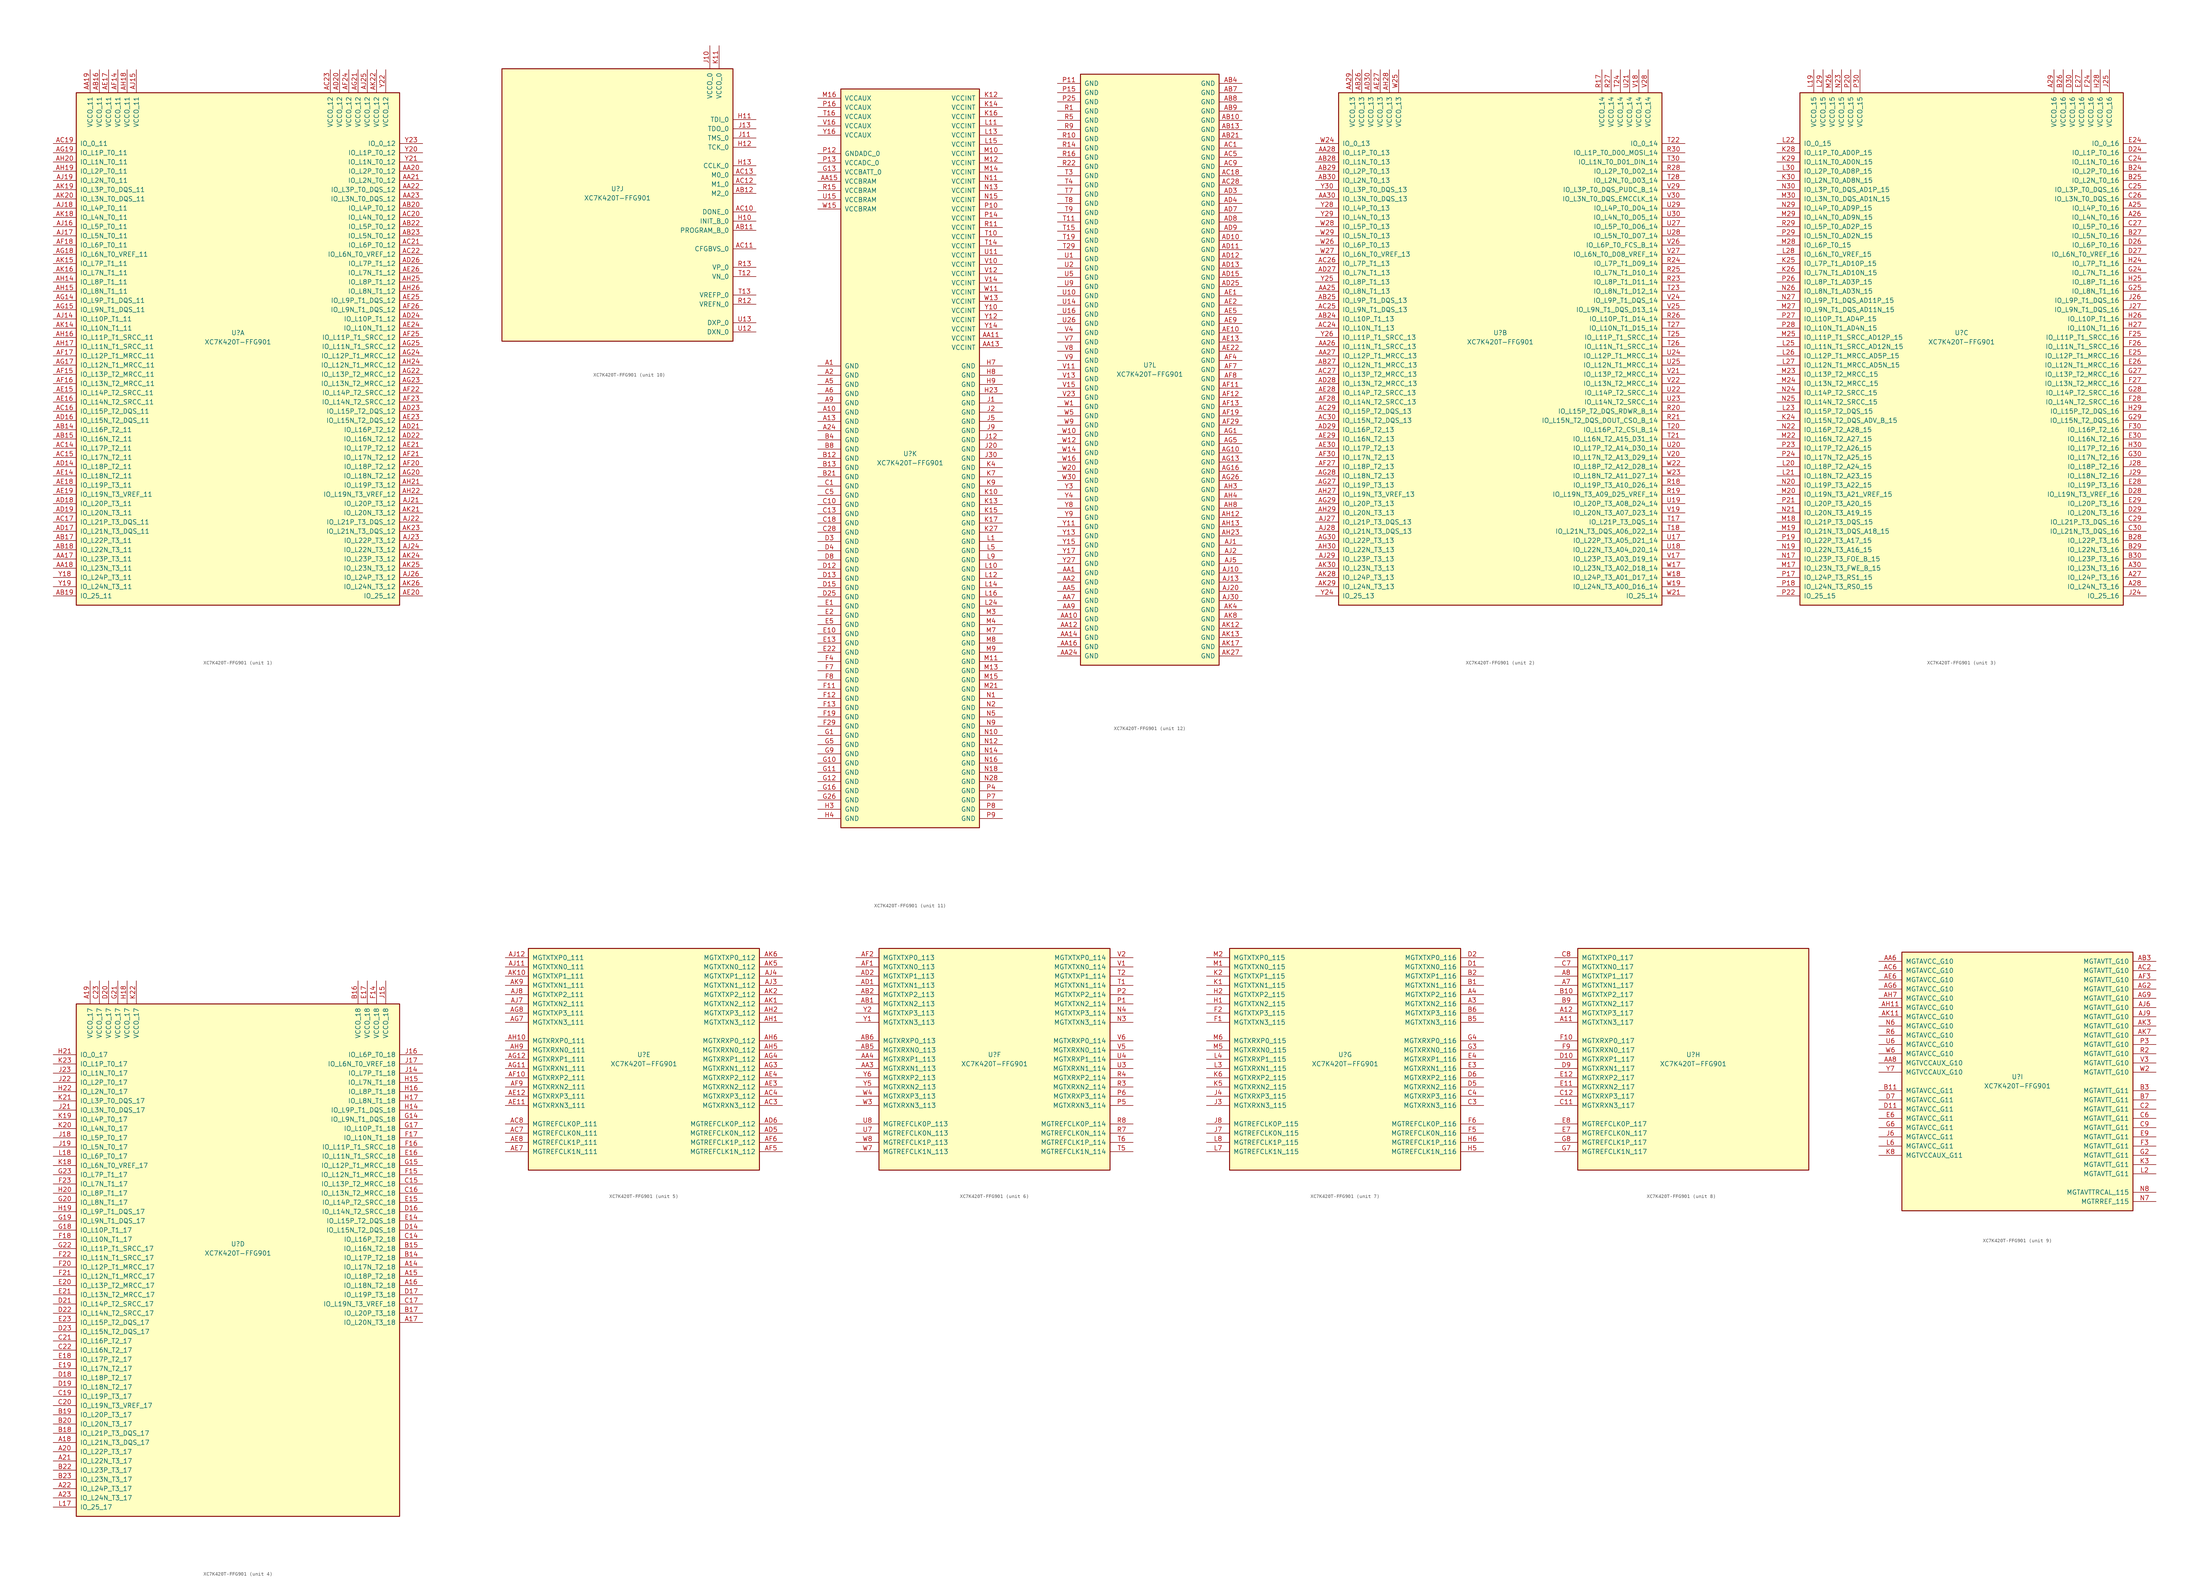
<source format=kicad_sym>
(kicad_symbol_lib
  (version 20211014)
  (generator kicad_symbol_editor)
  (symbol "XC7K420T-FFG901"
    (pin_names
      (offset 1.016))
    (property "Reference" "U"
      (at 0 1.27 0)
      (effects (font (size 1.27 1.27))))
    (property "Value" "XC7K420T-FFG901"
      (at 0 -1.27 0)
      (effects (font (size 1.27 1.27))))
    (property "Datasheet" ""
      (at 0 0 0)
      (effects (font (size 1.27 1.27))))
    (property "ki_locked" ""
      (at 0 0 0)
      (effects (font (size 1.27 1.27))))
    (symbol "XC7K420T-FFG901_1_1"
      (rectangle (start -44.45 67.31) (end 44.45 -73.66) (stroke (width 0.254) (type default) (color 0 0 0 0)) (fill (type background)))
      (pin bidirectional line (at -50.8 -60.96 0) (length 6.35) (name "IO_L23P_T3_11" (effects (font (size 1.27 1.27)))) (number "AA17" (effects (font (size 1.27 1.27)))))
      (pin bidirectional line (at -50.8 -63.5 0) (length 6.35) (name "IO_L23N_T3_11" (effects (font (size 1.27 1.27)))) (number "AA18" (effects (font (size 1.27 1.27)))))
      (pin power_in line (at -40.64 73.66 270) (length 6.35) (name "VCCO_11" (effects (font (size 1.27 1.27)))) (number "AA19" (effects (font (size 1.27 1.27)))))
      (pin bidirectional line (at 50.8 45.72 180) (length 6.35) (name "IO_L2P_T0_12" (effects (font (size 1.27 1.27)))) (number "AA20" (effects (font (size 1.27 1.27)))))
      (pin bidirectional line (at 50.8 43.18 180) (length 6.35) (name "IO_L2N_T0_12" (effects (font (size 1.27 1.27)))) (number "AA21" (effects (font (size 1.27 1.27)))))
      (pin bidirectional line (at 50.8 40.64 180) (length 6.35) (name "IO_L3P_T0_DQS_12" (effects (font (size 1.27 1.27)))) (number "AA22" (effects (font (size 1.27 1.27)))))
      (pin bidirectional line (at 50.8 38.1 180) (length 6.35) (name "IO_L3N_T0_DQS_12" (effects (font (size 1.27 1.27)))) (number "AA23" (effects (font (size 1.27 1.27)))))
      (pin bidirectional line (at -50.8 -25.4 0) (length 6.35) (name "IO_L16P_T2_11" (effects (font (size 1.27 1.27)))) (number "AB14" (effects (font (size 1.27 1.27)))))
      (pin bidirectional line (at -50.8 -27.94 0) (length 6.35) (name "IO_L16N_T2_11" (effects (font (size 1.27 1.27)))) (number "AB15" (effects (font (size 1.27 1.27)))))
      (pin power_in line (at -38.1 73.66 270) (length 6.35) (name "VCCO_11" (effects (font (size 1.27 1.27)))) (number "AB16" (effects (font (size 1.27 1.27)))))
      (pin bidirectional line (at -50.8 -55.88 0) (length 6.35) (name "IO_L22P_T3_11" (effects (font (size 1.27 1.27)))) (number "AB17" (effects (font (size 1.27 1.27)))))
      (pin bidirectional line (at -50.8 -58.42 0) (length 6.35) (name "IO_L22N_T3_11" (effects (font (size 1.27 1.27)))) (number "AB18" (effects (font (size 1.27 1.27)))))
      (pin bidirectional line (at -50.8 -71.12 0) (length 6.35) (name "IO_25_11" (effects (font (size 1.27 1.27)))) (number "AB19" (effects (font (size 1.27 1.27)))))
      (pin bidirectional line (at 50.8 35.56 180) (length 6.35) (name "IO_L4P_T0_12" (effects (font (size 1.27 1.27)))) (number "AB20" (effects (font (size 1.27 1.27)))))
      (pin bidirectional line (at 50.8 30.48 180) (length 6.35) (name "IO_L5P_T0_12" (effects (font (size 1.27 1.27)))) (number "AB22" (effects (font (size 1.27 1.27)))))
      (pin bidirectional line (at 50.8 27.94 180) (length 6.35) (name "IO_L5N_T0_12" (effects (font (size 1.27 1.27)))) (number "AB23" (effects (font (size 1.27 1.27)))))
      (pin bidirectional line (at -50.8 -30.48 0) (length 6.35) (name "IO_L17P_T2_11" (effects (font (size 1.27 1.27)))) (number "AC14" (effects (font (size 1.27 1.27)))))
      (pin bidirectional line (at -50.8 -33.02 0) (length 6.35) (name "IO_L17N_T2_11" (effects (font (size 1.27 1.27)))) (number "AC15" (effects (font (size 1.27 1.27)))))
      (pin bidirectional line (at -50.8 -20.32 0) (length 6.35) (name "IO_L15P_T2_DQS_11" (effects (font (size 1.27 1.27)))) (number "AC16" (effects (font (size 1.27 1.27)))))
      (pin bidirectional line (at -50.8 -50.8 0) (length 6.35) (name "IO_L21P_T3_DQS_11" (effects (font (size 1.27 1.27)))) (number "AC17" (effects (font (size 1.27 1.27)))))
      (pin bidirectional line (at -50.8 53.34 0) (length 6.35) (name "IO_0_11" (effects (font (size 1.27 1.27)))) (number "AC19" (effects (font (size 1.27 1.27)))))
      (pin bidirectional line (at 50.8 33.02 180) (length 6.35) (name "IO_L4N_T0_12" (effects (font (size 1.27 1.27)))) (number "AC20" (effects (font (size 1.27 1.27)))))
      (pin bidirectional line (at 50.8 25.4 180) (length 6.35) (name "IO_L6P_T0_12" (effects (font (size 1.27 1.27)))) (number "AC21" (effects (font (size 1.27 1.27)))))
      (pin bidirectional line (at 50.8 22.86 180) (length 6.35) (name "IO_L6N_T0_VREF_12" (effects (font (size 1.27 1.27)))) (number "AC22" (effects (font (size 1.27 1.27)))))
      (pin power_in line (at 25.4 73.66 270) (length 6.35) (name "VCCO_12" (effects (font (size 1.27 1.27)))) (number "AC23" (effects (font (size 1.27 1.27)))))
      (pin bidirectional line (at -50.8 -35.56 0) (length 6.35) (name "IO_L18P_T2_11" (effects (font (size 1.27 1.27)))) (number "AD14" (effects (font (size 1.27 1.27)))))
      (pin bidirectional line (at -50.8 -22.86 0) (length 6.35) (name "IO_L15N_T2_DQS_11" (effects (font (size 1.27 1.27)))) (number "AD16" (effects (font (size 1.27 1.27)))))
      (pin bidirectional line (at -50.8 -53.34 0) (length 6.35) (name "IO_L21N_T3_DQS_11" (effects (font (size 1.27 1.27)))) (number "AD17" (effects (font (size 1.27 1.27)))))
      (pin bidirectional line (at -50.8 -45.72 0) (length 6.35) (name "IO_L20P_T3_11" (effects (font (size 1.27 1.27)))) (number "AD18" (effects (font (size 1.27 1.27)))))
      (pin bidirectional line (at -50.8 -48.26 0) (length 6.35) (name "IO_L20N_T3_11" (effects (font (size 1.27 1.27)))) (number "AD19" (effects (font (size 1.27 1.27)))))
      (pin power_in line (at 27.94 73.66 270) (length 6.35) (name "VCCO_12" (effects (font (size 1.27 1.27)))) (number "AD20" (effects (font (size 1.27 1.27)))))
      (pin bidirectional line (at 50.8 -25.4 180) (length 6.35) (name "IO_L16P_T2_12" (effects (font (size 1.27 1.27)))) (number "AD21" (effects (font (size 1.27 1.27)))))
      (pin bidirectional line (at 50.8 -27.94 180) (length 6.35) (name "IO_L16N_T2_12" (effects (font (size 1.27 1.27)))) (number "AD22" (effects (font (size 1.27 1.27)))))
      (pin bidirectional line (at 50.8 -20.32 180) (length 6.35) (name "IO_L15P_T2_DQS_12" (effects (font (size 1.27 1.27)))) (number "AD23" (effects (font (size 1.27 1.27)))))
      (pin bidirectional line (at 50.8 5.08 180) (length 6.35) (name "IO_L10P_T1_12" (effects (font (size 1.27 1.27)))) (number "AD24" (effects (font (size 1.27 1.27)))))
      (pin bidirectional line (at 50.8 20.32 180) (length 6.35) (name "IO_L7P_T1_12" (effects (font (size 1.27 1.27)))) (number "AD26" (effects (font (size 1.27 1.27)))))
      (pin bidirectional line (at -50.8 -38.1 0) (length 6.35) (name "IO_L18N_T2_11" (effects (font (size 1.27 1.27)))) (number "AE14" (effects (font (size 1.27 1.27)))))
      (pin bidirectional line (at -50.8 -15.24 0) (length 6.35) (name "IO_L14P_T2_SRCC_11" (effects (font (size 1.27 1.27)))) (number "AE15" (effects (font (size 1.27 1.27)))))
      (pin bidirectional line (at -50.8 -17.78 0) (length 6.35) (name "IO_L14N_T2_SRCC_11" (effects (font (size 1.27 1.27)))) (number "AE16" (effects (font (size 1.27 1.27)))))
      (pin power_in line (at -35.56 73.66 270) (length 6.35) (name "VCCO_11" (effects (font (size 1.27 1.27)))) (number "AE17" (effects (font (size 1.27 1.27)))))
      (pin bidirectional line (at -50.8 -40.64 0) (length 6.35) (name "IO_L19P_T3_11" (effects (font (size 1.27 1.27)))) (number "AE18" (effects (font (size 1.27 1.27)))))
      (pin bidirectional line (at -50.8 -43.18 0) (length 6.35) (name "IO_L19N_T3_VREF_11" (effects (font (size 1.27 1.27)))) (number "AE19" (effects (font (size 1.27 1.27)))))
      (pin bidirectional line (at 50.8 -71.12 180) (length 6.35) (name "IO_25_12" (effects (font (size 1.27 1.27)))) (number "AE20" (effects (font (size 1.27 1.27)))))
      (pin bidirectional line (at 50.8 -30.48 180) (length 6.35) (name "IO_L17P_T2_12" (effects (font (size 1.27 1.27)))) (number "AE21" (effects (font (size 1.27 1.27)))))
      (pin bidirectional line (at 50.8 -22.86 180) (length 6.35) (name "IO_L15N_T2_DQS_12" (effects (font (size 1.27 1.27)))) (number "AE23" (effects (font (size 1.27 1.27)))))
      (pin bidirectional line (at 50.8 2.54 180) (length 6.35) (name "IO_L10N_T1_12" (effects (font (size 1.27 1.27)))) (number "AE24" (effects (font (size 1.27 1.27)))))
      (pin bidirectional line (at 50.8 10.16 180) (length 6.35) (name "IO_L9P_T1_DQS_12" (effects (font (size 1.27 1.27)))) (number "AE25" (effects (font (size 1.27 1.27)))))
      (pin bidirectional line (at 50.8 17.78 180) (length 6.35) (name "IO_L7N_T1_12" (effects (font (size 1.27 1.27)))) (number "AE26" (effects (font (size 1.27 1.27)))))
      (pin power_in line (at -33.02 73.66 270) (length 6.35) (name "VCCO_11" (effects (font (size 1.27 1.27)))) (number "AF14" (effects (font (size 1.27 1.27)))))
      (pin bidirectional line (at -50.8 -10.16 0) (length 6.35) (name "IO_L13P_T2_MRCC_11" (effects (font (size 1.27 1.27)))) (number "AF15" (effects (font (size 1.27 1.27)))))
      (pin bidirectional line (at -50.8 -12.7 0) (length 6.35) (name "IO_L13N_T2_MRCC_11" (effects (font (size 1.27 1.27)))) (number "AF16" (effects (font (size 1.27 1.27)))))
      (pin bidirectional line (at -50.8 -5.08 0) (length 6.35) (name "IO_L12P_T1_MRCC_11" (effects (font (size 1.27 1.27)))) (number "AF17" (effects (font (size 1.27 1.27)))))
      (pin bidirectional line (at -50.8 25.4 0) (length 6.35) (name "IO_L6P_T0_11" (effects (font (size 1.27 1.27)))) (number "AF18" (effects (font (size 1.27 1.27)))))
      (pin bidirectional line (at 50.8 -35.56 180) (length 6.35) (name "IO_L18P_T2_12" (effects (font (size 1.27 1.27)))) (number "AF20" (effects (font (size 1.27 1.27)))))
      (pin bidirectional line (at 50.8 -33.02 180) (length 6.35) (name "IO_L17N_T2_12" (effects (font (size 1.27 1.27)))) (number "AF21" (effects (font (size 1.27 1.27)))))
      (pin bidirectional line (at 50.8 -15.24 180) (length 6.35) (name "IO_L14P_T2_SRCC_12" (effects (font (size 1.27 1.27)))) (number "AF22" (effects (font (size 1.27 1.27)))))
      (pin bidirectional line (at 50.8 -17.78 180) (length 6.35) (name "IO_L14N_T2_SRCC_12" (effects (font (size 1.27 1.27)))) (number "AF23" (effects (font (size 1.27 1.27)))))
      (pin power_in line (at 30.48 73.66 270) (length 6.35) (name "VCCO_12" (effects (font (size 1.27 1.27)))) (number "AF24" (effects (font (size 1.27 1.27)))))
      (pin bidirectional line (at 50.8 0 180) (length 6.35) (name "IO_L11P_T1_SRCC_12" (effects (font (size 1.27 1.27)))) (number "AF25" (effects (font (size 1.27 1.27)))))
      (pin bidirectional line (at 50.8 7.62 180) (length 6.35) (name "IO_L9N_T1_DQS_12" (effects (font (size 1.27 1.27)))) (number "AF26" (effects (font (size 1.27 1.27)))))
      (pin bidirectional line (at -50.8 10.16 0) (length 6.35) (name "IO_L9P_T1_DQS_11" (effects (font (size 1.27 1.27)))) (number "AG14" (effects (font (size 1.27 1.27)))))
      (pin bidirectional line (at -50.8 7.62 0) (length 6.35) (name "IO_L9N_T1_DQS_11" (effects (font (size 1.27 1.27)))) (number "AG15" (effects (font (size 1.27 1.27)))))
      (pin bidirectional line (at -50.8 -7.62 0) (length 6.35) (name "IO_L12N_T1_MRCC_11" (effects (font (size 1.27 1.27)))) (number "AG17" (effects (font (size 1.27 1.27)))))
      (pin bidirectional line (at -50.8 22.86 0) (length 6.35) (name "IO_L6N_T0_VREF_11" (effects (font (size 1.27 1.27)))) (number "AG18" (effects (font (size 1.27 1.27)))))
      (pin bidirectional line (at -50.8 50.8 0) (length 6.35) (name "IO_L1P_T0_11" (effects (font (size 1.27 1.27)))) (number "AG19" (effects (font (size 1.27 1.27)))))
      (pin bidirectional line (at 50.8 -38.1 180) (length 6.35) (name "IO_L18N_T2_12" (effects (font (size 1.27 1.27)))) (number "AG20" (effects (font (size 1.27 1.27)))))
      (pin power_in line (at 33.02 73.66 270) (length 6.35) (name "VCCO_12" (effects (font (size 1.27 1.27)))) (number "AG21" (effects (font (size 1.27 1.27)))))
      (pin bidirectional line (at 50.8 -10.16 180) (length 6.35) (name "IO_L13P_T2_MRCC_12" (effects (font (size 1.27 1.27)))) (number "AG22" (effects (font (size 1.27 1.27)))))
      (pin bidirectional line (at 50.8 -12.7 180) (length 6.35) (name "IO_L13N_T2_MRCC_12" (effects (font (size 1.27 1.27)))) (number "AG23" (effects (font (size 1.27 1.27)))))
      (pin bidirectional line (at 50.8 -5.08 180) (length 6.35) (name "IO_L12P_T1_MRCC_12" (effects (font (size 1.27 1.27)))) (number "AG24" (effects (font (size 1.27 1.27)))))
      (pin bidirectional line (at 50.8 -2.54 180) (length 6.35) (name "IO_L11N_T1_SRCC_12" (effects (font (size 1.27 1.27)))) (number "AG25" (effects (font (size 1.27 1.27)))))
      (pin bidirectional line (at -50.8 15.24 0) (length 6.35) (name "IO_L8P_T1_11" (effects (font (size 1.27 1.27)))) (number "AH14" (effects (font (size 1.27 1.27)))))
      (pin bidirectional line (at -50.8 12.7 0) (length 6.35) (name "IO_L8N_T1_11" (effects (font (size 1.27 1.27)))) (number "AH15" (effects (font (size 1.27 1.27)))))
      (pin bidirectional line (at -50.8 0 0) (length 6.35) (name "IO_L11P_T1_SRCC_11" (effects (font (size 1.27 1.27)))) (number "AH16" (effects (font (size 1.27 1.27)))))
      (pin bidirectional line (at -50.8 -2.54 0) (length 6.35) (name "IO_L11N_T1_SRCC_11" (effects (font (size 1.27 1.27)))) (number "AH17" (effects (font (size 1.27 1.27)))))
      (pin power_in line (at -30.48 73.66 270) (length 6.35) (name "VCCO_11" (effects (font (size 1.27 1.27)))) (number "AH18" (effects (font (size 1.27 1.27)))))
      (pin bidirectional line (at -50.8 45.72 0) (length 6.35) (name "IO_L2P_T0_11" (effects (font (size 1.27 1.27)))) (number "AH19" (effects (font (size 1.27 1.27)))))
      (pin bidirectional line (at -50.8 48.26 0) (length 6.35) (name "IO_L1N_T0_11" (effects (font (size 1.27 1.27)))) (number "AH20" (effects (font (size 1.27 1.27)))))
      (pin bidirectional line (at 50.8 -40.64 180) (length 6.35) (name "IO_L19P_T3_12" (effects (font (size 1.27 1.27)))) (number "AH21" (effects (font (size 1.27 1.27)))))
      (pin bidirectional line (at 50.8 -43.18 180) (length 6.35) (name "IO_L19N_T3_VREF_12" (effects (font (size 1.27 1.27)))) (number "AH22" (effects (font (size 1.27 1.27)))))
      (pin bidirectional line (at 50.8 -7.62 180) (length 6.35) (name "IO_L12N_T1_MRCC_12" (effects (font (size 1.27 1.27)))) (number "AH24" (effects (font (size 1.27 1.27)))))
      (pin bidirectional line (at 50.8 15.24 180) (length 6.35) (name "IO_L8P_T1_12" (effects (font (size 1.27 1.27)))) (number "AH25" (effects (font (size 1.27 1.27)))))
      (pin bidirectional line (at 50.8 12.7 180) (length 6.35) (name "IO_L8N_T1_12" (effects (font (size 1.27 1.27)))) (number "AH26" (effects (font (size 1.27 1.27)))))
      (pin bidirectional line (at -50.8 5.08 0) (length 6.35) (name "IO_L10P_T1_11" (effects (font (size 1.27 1.27)))) (number "AJ14" (effects (font (size 1.27 1.27)))))
      (pin power_in line (at -27.94 73.66 270) (length 6.35) (name "VCCO_11" (effects (font (size 1.27 1.27)))) (number "AJ15" (effects (font (size 1.27 1.27)))))
      (pin bidirectional line (at -50.8 30.48 0) (length 6.35) (name "IO_L5P_T0_11" (effects (font (size 1.27 1.27)))) (number "AJ16" (effects (font (size 1.27 1.27)))))
      (pin bidirectional line (at -50.8 27.94 0) (length 6.35) (name "IO_L5N_T0_11" (effects (font (size 1.27 1.27)))) (number "AJ17" (effects (font (size 1.27 1.27)))))
      (pin bidirectional line (at -50.8 35.56 0) (length 6.35) (name "IO_L4P_T0_11" (effects (font (size 1.27 1.27)))) (number "AJ18" (effects (font (size 1.27 1.27)))))
      (pin bidirectional line (at -50.8 43.18 0) (length 6.35) (name "IO_L2N_T0_11" (effects (font (size 1.27 1.27)))) (number "AJ19" (effects (font (size 1.27 1.27)))))
      (pin bidirectional line (at 50.8 -45.72 180) (length 6.35) (name "IO_L20P_T3_12" (effects (font (size 1.27 1.27)))) (number "AJ21" (effects (font (size 1.27 1.27)))))
      (pin bidirectional line (at 50.8 -50.8 180) (length 6.35) (name "IO_L21P_T3_DQS_12" (effects (font (size 1.27 1.27)))) (number "AJ22" (effects (font (size 1.27 1.27)))))
      (pin bidirectional line (at 50.8 -55.88 180) (length 6.35) (name "IO_L22P_T3_12" (effects (font (size 1.27 1.27)))) (number "AJ23" (effects (font (size 1.27 1.27)))))
      (pin bidirectional line (at 50.8 -58.42 180) (length 6.35) (name "IO_L22N_T3_12" (effects (font (size 1.27 1.27)))) (number "AJ24" (effects (font (size 1.27 1.27)))))
      (pin power_in line (at 35.56 73.66 270) (length 6.35) (name "VCCO_12" (effects (font (size 1.27 1.27)))) (number "AJ25" (effects (font (size 1.27 1.27)))))
      (pin bidirectional line (at 50.8 -66.04 180) (length 6.35) (name "IO_L24P_T3_12" (effects (font (size 1.27 1.27)))) (number "AJ26" (effects (font (size 1.27 1.27)))))
      (pin bidirectional line (at -50.8 2.54 0) (length 6.35) (name "IO_L10N_T1_11" (effects (font (size 1.27 1.27)))) (number "AK14" (effects (font (size 1.27 1.27)))))
      (pin bidirectional line (at -50.8 20.32 0) (length 6.35) (name "IO_L7P_T1_11" (effects (font (size 1.27 1.27)))) (number "AK15" (effects (font (size 1.27 1.27)))))
      (pin bidirectional line (at -50.8 17.78 0) (length 6.35) (name "IO_L7N_T1_11" (effects (font (size 1.27 1.27)))) (number "AK16" (effects (font (size 1.27 1.27)))))
      (pin bidirectional line (at -50.8 33.02 0) (length 6.35) (name "IO_L4N_T0_11" (effects (font (size 1.27 1.27)))) (number "AK18" (effects (font (size 1.27 1.27)))))
      (pin bidirectional line (at -50.8 40.64 0) (length 6.35) (name "IO_L3P_T0_DQS_11" (effects (font (size 1.27 1.27)))) (number "AK19" (effects (font (size 1.27 1.27)))))
      (pin bidirectional line (at -50.8 38.1 0) (length 6.35) (name "IO_L3N_T0_DQS_11" (effects (font (size 1.27 1.27)))) (number "AK20" (effects (font (size 1.27 1.27)))))
      (pin bidirectional line (at 50.8 -48.26 180) (length 6.35) (name "IO_L20N_T3_12" (effects (font (size 1.27 1.27)))) (number "AK21" (effects (font (size 1.27 1.27)))))
      (pin power_in line (at 38.1 73.66 270) (length 6.35) (name "VCCO_12" (effects (font (size 1.27 1.27)))) (number "AK22" (effects (font (size 1.27 1.27)))))
      (pin bidirectional line (at 50.8 -53.34 180) (length 6.35) (name "IO_L21N_T3_DQS_12" (effects (font (size 1.27 1.27)))) (number "AK23" (effects (font (size 1.27 1.27)))))
      (pin bidirectional line (at 50.8 -60.96 180) (length 6.35) (name "IO_L23P_T3_12" (effects (font (size 1.27 1.27)))) (number "AK24" (effects (font (size 1.27 1.27)))))
      (pin bidirectional line (at 50.8 -63.5 180) (length 6.35) (name "IO_L23N_T3_12" (effects (font (size 1.27 1.27)))) (number "AK25" (effects (font (size 1.27 1.27)))))
      (pin bidirectional line (at 50.8 -68.58 180) (length 6.35) (name "IO_L24N_T3_12" (effects (font (size 1.27 1.27)))) (number "AK26" (effects (font (size 1.27 1.27)))))
      (pin bidirectional line (at -50.8 -66.04 0) (length 6.35) (name "IO_L24P_T3_11" (effects (font (size 1.27 1.27)))) (number "Y18" (effects (font (size 1.27 1.27)))))
      (pin bidirectional line (at -50.8 -68.58 0) (length 6.35) (name "IO_L24N_T3_11" (effects (font (size 1.27 1.27)))) (number "Y19" (effects (font (size 1.27 1.27)))))
      (pin bidirectional line (at 50.8 50.8 180) (length 6.35) (name "IO_L1P_T0_12" (effects (font (size 1.27 1.27)))) (number "Y20" (effects (font (size 1.27 1.27)))))
      (pin bidirectional line (at 50.8 48.26 180) (length 6.35) (name "IO_L1N_T0_12" (effects (font (size 1.27 1.27)))) (number "Y21" (effects (font (size 1.27 1.27)))))
      (pin power_in line (at 40.64 73.66 270) (length 6.35) (name "VCCO_12" (effects (font (size 1.27 1.27)))) (number "Y22" (effects (font (size 1.27 1.27)))))
      (pin bidirectional line (at 50.8 53.34 180) (length 6.35) (name "IO_0_12" (effects (font (size 1.27 1.27)))) (number "Y23" (effects (font (size 1.27 1.27))))))
    (symbol "XC7K420T-FFG901_2_1"
      (rectangle (start -44.45 67.31) (end 44.45 -73.66) (stroke (width 0.254) (type default) (color 0 0 0 0)) (fill (type background)))
      (pin bidirectional line (at -50.8 12.7 0) (length 6.35) (name "IO_L8N_T1_13" (effects (font (size 1.27 1.27)))) (number "AA25" (effects (font (size 1.27 1.27)))))
      (pin bidirectional line (at -50.8 -2.54 0) (length 6.35) (name "IO_L11N_T1_SRCC_13" (effects (font (size 1.27 1.27)))) (number "AA26" (effects (font (size 1.27 1.27)))))
      (pin bidirectional line (at -50.8 -5.08 0) (length 6.35) (name "IO_L12P_T1_MRCC_13" (effects (font (size 1.27 1.27)))) (number "AA27" (effects (font (size 1.27 1.27)))))
      (pin bidirectional line (at -50.8 50.8 0) (length 6.35) (name "IO_L1P_T0_13" (effects (font (size 1.27 1.27)))) (number "AA28" (effects (font (size 1.27 1.27)))))
      (pin power_in line (at -40.64 73.66 270) (length 6.35) (name "VCCO_13" (effects (font (size 1.27 1.27)))) (number "AA29" (effects (font (size 1.27 1.27)))))
      (pin bidirectional line (at -50.8 38.1 0) (length 6.35) (name "IO_L3N_T0_DQS_13" (effects (font (size 1.27 1.27)))) (number "AA30" (effects (font (size 1.27 1.27)))))
      (pin bidirectional line (at -50.8 5.08 0) (length 6.35) (name "IO_L10P_T1_13" (effects (font (size 1.27 1.27)))) (number "AB24" (effects (font (size 1.27 1.27)))))
      (pin bidirectional line (at -50.8 10.16 0) (length 6.35) (name "IO_L9P_T1_DQS_13" (effects (font (size 1.27 1.27)))) (number "AB25" (effects (font (size 1.27 1.27)))))
      (pin power_in line (at -38.1 73.66 270) (length 6.35) (name "VCCO_13" (effects (font (size 1.27 1.27)))) (number "AB26" (effects (font (size 1.27 1.27)))))
      (pin bidirectional line (at -50.8 -7.62 0) (length 6.35) (name "IO_L12N_T1_MRCC_13" (effects (font (size 1.27 1.27)))) (number "AB27" (effects (font (size 1.27 1.27)))))
      (pin bidirectional line (at -50.8 48.26 0) (length 6.35) (name "IO_L1N_T0_13" (effects (font (size 1.27 1.27)))) (number "AB28" (effects (font (size 1.27 1.27)))))
      (pin bidirectional line (at -50.8 45.72 0) (length 6.35) (name "IO_L2P_T0_13" (effects (font (size 1.27 1.27)))) (number "AB29" (effects (font (size 1.27 1.27)))))
      (pin bidirectional line (at -50.8 43.18 0) (length 6.35) (name "IO_L2N_T0_13" (effects (font (size 1.27 1.27)))) (number "AB30" (effects (font (size 1.27 1.27)))))
      (pin bidirectional line (at -50.8 2.54 0) (length 6.35) (name "IO_L10N_T1_13" (effects (font (size 1.27 1.27)))) (number "AC24" (effects (font (size 1.27 1.27)))))
      (pin bidirectional line (at -50.8 7.62 0) (length 6.35) (name "IO_L9N_T1_DQS_13" (effects (font (size 1.27 1.27)))) (number "AC25" (effects (font (size 1.27 1.27)))))
      (pin bidirectional line (at -50.8 20.32 0) (length 6.35) (name "IO_L7P_T1_13" (effects (font (size 1.27 1.27)))) (number "AC26" (effects (font (size 1.27 1.27)))))
      (pin bidirectional line (at -50.8 -10.16 0) (length 6.35) (name "IO_L13P_T2_MRCC_13" (effects (font (size 1.27 1.27)))) (number "AC27" (effects (font (size 1.27 1.27)))))
      (pin bidirectional line (at -50.8 -20.32 0) (length 6.35) (name "IO_L15P_T2_DQS_13" (effects (font (size 1.27 1.27)))) (number "AC29" (effects (font (size 1.27 1.27)))))
      (pin bidirectional line (at -50.8 -22.86 0) (length 6.35) (name "IO_L15N_T2_DQS_13" (effects (font (size 1.27 1.27)))) (number "AC30" (effects (font (size 1.27 1.27)))))
      (pin bidirectional line (at -50.8 17.78 0) (length 6.35) (name "IO_L7N_T1_13" (effects (font (size 1.27 1.27)))) (number "AD27" (effects (font (size 1.27 1.27)))))
      (pin bidirectional line (at -50.8 -12.7 0) (length 6.35) (name "IO_L13N_T2_MRCC_13" (effects (font (size 1.27 1.27)))) (number "AD28" (effects (font (size 1.27 1.27)))))
      (pin bidirectional line (at -50.8 -25.4 0) (length 6.35) (name "IO_L16P_T2_13" (effects (font (size 1.27 1.27)))) (number "AD29" (effects (font (size 1.27 1.27)))))
      (pin power_in line (at -35.56 73.66 270) (length 6.35) (name "VCCO_13" (effects (font (size 1.27 1.27)))) (number "AD30" (effects (font (size 1.27 1.27)))))
      (pin power_in line (at -33.02 73.66 270) (length 6.35) (name "VCCO_13" (effects (font (size 1.27 1.27)))) (number "AE27" (effects (font (size 1.27 1.27)))))
      (pin bidirectional line (at -50.8 -15.24 0) (length 6.35) (name "IO_L14P_T2_SRCC_13" (effects (font (size 1.27 1.27)))) (number "AE28" (effects (font (size 1.27 1.27)))))
      (pin bidirectional line (at -50.8 -27.94 0) (length 6.35) (name "IO_L16N_T2_13" (effects (font (size 1.27 1.27)))) (number "AE29" (effects (font (size 1.27 1.27)))))
      (pin bidirectional line (at -50.8 -30.48 0) (length 6.35) (name "IO_L17P_T2_13" (effects (font (size 1.27 1.27)))) (number "AE30" (effects (font (size 1.27 1.27)))))
      (pin bidirectional line (at -50.8 -35.56 0) (length 6.35) (name "IO_L18P_T2_13" (effects (font (size 1.27 1.27)))) (number "AF27" (effects (font (size 1.27 1.27)))))
      (pin bidirectional line (at -50.8 -17.78 0) (length 6.35) (name "IO_L14N_T2_SRCC_13" (effects (font (size 1.27 1.27)))) (number "AF28" (effects (font (size 1.27 1.27)))))
      (pin bidirectional line (at -50.8 -33.02 0) (length 6.35) (name "IO_L17N_T2_13" (effects (font (size 1.27 1.27)))) (number "AF30" (effects (font (size 1.27 1.27)))))
      (pin bidirectional line (at -50.8 -40.64 0) (length 6.35) (name "IO_L19P_T3_13" (effects (font (size 1.27 1.27)))) (number "AG27" (effects (font (size 1.27 1.27)))))
      (pin bidirectional line (at -50.8 -38.1 0) (length 6.35) (name "IO_L18N_T2_13" (effects (font (size 1.27 1.27)))) (number "AG28" (effects (font (size 1.27 1.27)))))
      (pin bidirectional line (at -50.8 -45.72 0) (length 6.35) (name "IO_L20P_T3_13" (effects (font (size 1.27 1.27)))) (number "AG29" (effects (font (size 1.27 1.27)))))
      (pin bidirectional line (at -50.8 -55.88 0) (length 6.35) (name "IO_L22P_T3_13" (effects (font (size 1.27 1.27)))) (number "AG30" (effects (font (size 1.27 1.27)))))
      (pin bidirectional line (at -50.8 -43.18 0) (length 6.35) (name "IO_L19N_T3_VREF_13" (effects (font (size 1.27 1.27)))) (number "AH27" (effects (font (size 1.27 1.27)))))
      (pin power_in line (at -30.48 73.66 270) (length 6.35) (name "VCCO_13" (effects (font (size 1.27 1.27)))) (number "AH28" (effects (font (size 1.27 1.27)))))
      (pin bidirectional line (at -50.8 -48.26 0) (length 6.35) (name "IO_L20N_T3_13" (effects (font (size 1.27 1.27)))) (number "AH29" (effects (font (size 1.27 1.27)))))
      (pin bidirectional line (at -50.8 -58.42 0) (length 6.35) (name "IO_L22N_T3_13" (effects (font (size 1.27 1.27)))) (number "AH30" (effects (font (size 1.27 1.27)))))
      (pin bidirectional line (at -50.8 -50.8 0) (length 6.35) (name "IO_L21P_T3_DQS_13" (effects (font (size 1.27 1.27)))) (number "AJ27" (effects (font (size 1.27 1.27)))))
      (pin bidirectional line (at -50.8 -53.34 0) (length 6.35) (name "IO_L21N_T3_DQS_13" (effects (font (size 1.27 1.27)))) (number "AJ28" (effects (font (size 1.27 1.27)))))
      (pin bidirectional line (at -50.8 -60.96 0) (length 6.35) (name "IO_L23P_T3_13" (effects (font (size 1.27 1.27)))) (number "AJ29" (effects (font (size 1.27 1.27)))))
      (pin bidirectional line (at -50.8 -66.04 0) (length 6.35) (name "IO_L24P_T3_13" (effects (font (size 1.27 1.27)))) (number "AK28" (effects (font (size 1.27 1.27)))))
      (pin bidirectional line (at -50.8 -68.58 0) (length 6.35) (name "IO_L24N_T3_13" (effects (font (size 1.27 1.27)))) (number "AK29" (effects (font (size 1.27 1.27)))))
      (pin bidirectional line (at -50.8 -63.5 0) (length 6.35) (name "IO_L23N_T3_13" (effects (font (size 1.27 1.27)))) (number "AK30" (effects (font (size 1.27 1.27)))))
      (pin power_in line (at 27.94 73.66 270) (length 6.35) (name "VCCO_14" (effects (font (size 1.27 1.27)))) (number "R17" (effects (font (size 1.27 1.27)))))
      (pin bidirectional line (at 50.8 -40.64 180) (length 6.35) (name "IO_L19P_T3_A10_D26_14" (effects (font (size 1.27 1.27)))) (number "R18" (effects (font (size 1.27 1.27)))))
      (pin bidirectional line (at 50.8 -43.18 180) (length 6.35) (name "IO_L19N_T3_A09_D25_VREF_14" (effects (font (size 1.27 1.27)))) (number "R19" (effects (font (size 1.27 1.27)))))
      (pin bidirectional line (at 50.8 -20.32 180) (length 6.35) (name "IO_L15P_T2_DQS_RDWR_B_14" (effects (font (size 1.27 1.27)))) (number "R20" (effects (font (size 1.27 1.27)))))
      (pin bidirectional line (at 50.8 -22.86 180) (length 6.35) (name "IO_L15N_T2_DQS_DOUT_CSO_B_14" (effects (font (size 1.27 1.27)))) (number "R21" (effects (font (size 1.27 1.27)))))
      (pin bidirectional line (at 50.8 15.24 180) (length 6.35) (name "IO_L8P_T1_D11_14" (effects (font (size 1.27 1.27)))) (number "R23" (effects (font (size 1.27 1.27)))))
      (pin bidirectional line (at 50.8 20.32 180) (length 6.35) (name "IO_L7P_T1_D09_14" (effects (font (size 1.27 1.27)))) (number "R24" (effects (font (size 1.27 1.27)))))
      (pin bidirectional line (at 50.8 17.78 180) (length 6.35) (name "IO_L7N_T1_D10_14" (effects (font (size 1.27 1.27)))) (number "R25" (effects (font (size 1.27 1.27)))))
      (pin bidirectional line (at 50.8 5.08 180) (length 6.35) (name "IO_L10P_T1_D14_14" (effects (font (size 1.27 1.27)))) (number "R26" (effects (font (size 1.27 1.27)))))
      (pin power_in line (at 30.48 73.66 270) (length 6.35) (name "VCCO_14" (effects (font (size 1.27 1.27)))) (number "R27" (effects (font (size 1.27 1.27)))))
      (pin bidirectional line (at 50.8 45.72 180) (length 6.35) (name "IO_L2P_T0_D02_14" (effects (font (size 1.27 1.27)))) (number "R28" (effects (font (size 1.27 1.27)))))
      (pin bidirectional line (at 50.8 50.8 180) (length 6.35) (name "IO_L1P_T0_D00_MOSI_14" (effects (font (size 1.27 1.27)))) (number "R30" (effects (font (size 1.27 1.27)))))
      (pin bidirectional line (at 50.8 -50.8 180) (length 6.35) (name "IO_L21P_T3_DQS_14" (effects (font (size 1.27 1.27)))) (number "T17" (effects (font (size 1.27 1.27)))))
      (pin bidirectional line (at 50.8 -53.34 180) (length 6.35) (name "IO_L21N_T3_DQS_A06_D22_14" (effects (font (size 1.27 1.27)))) (number "T18" (effects (font (size 1.27 1.27)))))
      (pin bidirectional line (at 50.8 -25.4 180) (length 6.35) (name "IO_L16P_T2_CSI_B_14" (effects (font (size 1.27 1.27)))) (number "T20" (effects (font (size 1.27 1.27)))))
      (pin bidirectional line (at 50.8 -27.94 180) (length 6.35) (name "IO_L16N_T2_A15_D31_14" (effects (font (size 1.27 1.27)))) (number "T21" (effects (font (size 1.27 1.27)))))
      (pin bidirectional line (at 50.8 53.34 180) (length 6.35) (name "IO_0_14" (effects (font (size 1.27 1.27)))) (number "T22" (effects (font (size 1.27 1.27)))))
      (pin bidirectional line (at 50.8 12.7 180) (length 6.35) (name "IO_L8N_T1_D12_14" (effects (font (size 1.27 1.27)))) (number "T23" (effects (font (size 1.27 1.27)))))
      (pin power_in line (at 33.02 73.66 270) (length 6.35) (name "VCCO_14" (effects (font (size 1.27 1.27)))) (number "T24" (effects (font (size 1.27 1.27)))))
      (pin bidirectional line (at 50.8 0 180) (length 6.35) (name "IO_L11P_T1_SRCC_14" (effects (font (size 1.27 1.27)))) (number "T25" (effects (font (size 1.27 1.27)))))
      (pin bidirectional line (at 50.8 -2.54 180) (length 6.35) (name "IO_L11N_T1_SRCC_14" (effects (font (size 1.27 1.27)))) (number "T26" (effects (font (size 1.27 1.27)))))
      (pin bidirectional line (at 50.8 2.54 180) (length 6.35) (name "IO_L10N_T1_D15_14" (effects (font (size 1.27 1.27)))) (number "T27" (effects (font (size 1.27 1.27)))))
      (pin bidirectional line (at 50.8 43.18 180) (length 6.35) (name "IO_L2N_T0_D03_14" (effects (font (size 1.27 1.27)))) (number "T28" (effects (font (size 1.27 1.27)))))
      (pin bidirectional line (at 50.8 48.26 180) (length 6.35) (name "IO_L1N_T0_D01_DIN_14" (effects (font (size 1.27 1.27)))) (number "T30" (effects (font (size 1.27 1.27)))))
      (pin bidirectional line (at 50.8 -55.88 180) (length 6.35) (name "IO_L22P_T3_A05_D21_14" (effects (font (size 1.27 1.27)))) (number "U17" (effects (font (size 1.27 1.27)))))
      (pin bidirectional line (at 50.8 -58.42 180) (length 6.35) (name "IO_L22N_T3_A04_D20_14" (effects (font (size 1.27 1.27)))) (number "U18" (effects (font (size 1.27 1.27)))))
      (pin bidirectional line (at 50.8 -45.72 180) (length 6.35) (name "IO_L20P_T3_A08_D24_14" (effects (font (size 1.27 1.27)))) (number "U19" (effects (font (size 1.27 1.27)))))
      (pin bidirectional line (at 50.8 -30.48 180) (length 6.35) (name "IO_L17P_T2_A14_D30_14" (effects (font (size 1.27 1.27)))) (number "U20" (effects (font (size 1.27 1.27)))))
      (pin power_in line (at 35.56 73.66 270) (length 6.35) (name "VCCO_14" (effects (font (size 1.27 1.27)))) (number "U21" (effects (font (size 1.27 1.27)))))
      (pin bidirectional line (at 50.8 -15.24 180) (length 6.35) (name "IO_L14P_T2_SRCC_14" (effects (font (size 1.27 1.27)))) (number "U22" (effects (font (size 1.27 1.27)))))
      (pin bidirectional line (at 50.8 -17.78 180) (length 6.35) (name "IO_L14N_T2_SRCC_14" (effects (font (size 1.27 1.27)))) (number "U23" (effects (font (size 1.27 1.27)))))
      (pin bidirectional line (at 50.8 -5.08 180) (length 6.35) (name "IO_L12P_T1_MRCC_14" (effects (font (size 1.27 1.27)))) (number "U24" (effects (font (size 1.27 1.27)))))
      (pin bidirectional line (at 50.8 -7.62 180) (length 6.35) (name "IO_L12N_T1_MRCC_14" (effects (font (size 1.27 1.27)))) (number "U25" (effects (font (size 1.27 1.27)))))
      (pin bidirectional line (at 50.8 30.48 180) (length 6.35) (name "IO_L5P_T0_D06_14" (effects (font (size 1.27 1.27)))) (number "U27" (effects (font (size 1.27 1.27)))))
      (pin bidirectional line (at 50.8 27.94 180) (length 6.35) (name "IO_L5N_T0_D07_14" (effects (font (size 1.27 1.27)))) (number "U28" (effects (font (size 1.27 1.27)))))
      (pin bidirectional line (at 50.8 35.56 180) (length 6.35) (name "IO_L4P_T0_D04_14" (effects (font (size 1.27 1.27)))) (number "U29" (effects (font (size 1.27 1.27)))))
      (pin bidirectional line (at 50.8 33.02 180) (length 6.35) (name "IO_L4N_T0_D05_14" (effects (font (size 1.27 1.27)))) (number "U30" (effects (font (size 1.27 1.27)))))
      (pin bidirectional line (at 50.8 -60.96 180) (length 6.35) (name "IO_L23P_T3_A03_D19_14" (effects (font (size 1.27 1.27)))) (number "V17" (effects (font (size 1.27 1.27)))))
      (pin power_in line (at 38.1 73.66 270) (length 6.35) (name "VCCO_14" (effects (font (size 1.27 1.27)))) (number "V18" (effects (font (size 1.27 1.27)))))
      (pin bidirectional line (at 50.8 -48.26 180) (length 6.35) (name "IO_L20N_T3_A07_D23_14" (effects (font (size 1.27 1.27)))) (number "V19" (effects (font (size 1.27 1.27)))))
      (pin bidirectional line (at 50.8 -33.02 180) (length 6.35) (name "IO_L17N_T2_A13_D29_14" (effects (font (size 1.27 1.27)))) (number "V20" (effects (font (size 1.27 1.27)))))
      (pin bidirectional line (at 50.8 -10.16 180) (length 6.35) (name "IO_L13P_T2_MRCC_14" (effects (font (size 1.27 1.27)))) (number "V21" (effects (font (size 1.27 1.27)))))
      (pin bidirectional line (at 50.8 -12.7 180) (length 6.35) (name "IO_L13N_T2_MRCC_14" (effects (font (size 1.27 1.27)))) (number "V22" (effects (font (size 1.27 1.27)))))
      (pin bidirectional line (at 50.8 10.16 180) (length 6.35) (name "IO_L9P_T1_DQS_14" (effects (font (size 1.27 1.27)))) (number "V24" (effects (font (size 1.27 1.27)))))
      (pin bidirectional line (at 50.8 7.62 180) (length 6.35) (name "IO_L9N_T1_DQS_D13_14" (effects (font (size 1.27 1.27)))) (number "V25" (effects (font (size 1.27 1.27)))))
      (pin bidirectional line (at 50.8 25.4 180) (length 6.35) (name "IO_L6P_T0_FCS_B_14" (effects (font (size 1.27 1.27)))) (number "V26" (effects (font (size 1.27 1.27)))))
      (pin bidirectional line (at 50.8 22.86 180) (length 6.35) (name "IO_L6N_T0_D08_VREF_14" (effects (font (size 1.27 1.27)))) (number "V27" (effects (font (size 1.27 1.27)))))
      (pin power_in line (at 40.64 73.66 270) (length 6.35) (name "VCCO_14" (effects (font (size 1.27 1.27)))) (number "V28" (effects (font (size 1.27 1.27)))))
      (pin bidirectional line (at 50.8 40.64 180) (length 6.35) (name "IO_L3P_T0_DQS_PUDC_B_14" (effects (font (size 1.27 1.27)))) (number "V29" (effects (font (size 1.27 1.27)))))
      (pin bidirectional line (at 50.8 38.1 180) (length 6.35) (name "IO_L3N_T0_DQS_EMCCLK_14" (effects (font (size 1.27 1.27)))) (number "V30" (effects (font (size 1.27 1.27)))))
      (pin bidirectional line (at 50.8 -63.5 180) (length 6.35) (name "IO_L23N_T3_A02_D18_14" (effects (font (size 1.27 1.27)))) (number "W17" (effects (font (size 1.27 1.27)))))
      (pin bidirectional line (at 50.8 -66.04 180) (length 6.35) (name "IO_L24P_T3_A01_D17_14" (effects (font (size 1.27 1.27)))) (number "W18" (effects (font (size 1.27 1.27)))))
      (pin bidirectional line (at 50.8 -68.58 180) (length 6.35) (name "IO_L24N_T3_A00_D16_14" (effects (font (size 1.27 1.27)))) (number "W19" (effects (font (size 1.27 1.27)))))
      (pin bidirectional line (at 50.8 -71.12 180) (length 6.35) (name "IO_25_14" (effects (font (size 1.27 1.27)))) (number "W21" (effects (font (size 1.27 1.27)))))
      (pin bidirectional line (at 50.8 -35.56 180) (length 6.35) (name "IO_L18P_T2_A12_D28_14" (effects (font (size 1.27 1.27)))) (number "W22" (effects (font (size 1.27 1.27)))))
      (pin bidirectional line (at 50.8 -38.1 180) (length 6.35) (name "IO_L18N_T2_A11_D27_14" (effects (font (size 1.27 1.27)))) (number "W23" (effects (font (size 1.27 1.27)))))
      (pin bidirectional line (at -50.8 53.34 0) (length 6.35) (name "IO_0_13" (effects (font (size 1.27 1.27)))) (number "W24" (effects (font (size 1.27 1.27)))))
      (pin power_in line (at -27.94 73.66 270) (length 6.35) (name "VCCO_13" (effects (font (size 1.27 1.27)))) (number "W25" (effects (font (size 1.27 1.27)))))
      (pin bidirectional line (at -50.8 25.4 0) (length 6.35) (name "IO_L6P_T0_13" (effects (font (size 1.27 1.27)))) (number "W26" (effects (font (size 1.27 1.27)))))
      (pin bidirectional line (at -50.8 22.86 0) (length 6.35) (name "IO_L6N_T0_VREF_13" (effects (font (size 1.27 1.27)))) (number "W27" (effects (font (size 1.27 1.27)))))
      (pin bidirectional line (at -50.8 30.48 0) (length 6.35) (name "IO_L5P_T0_13" (effects (font (size 1.27 1.27)))) (number "W28" (effects (font (size 1.27 1.27)))))
      (pin bidirectional line (at -50.8 27.94 0) (length 6.35) (name "IO_L5N_T0_13" (effects (font (size 1.27 1.27)))) (number "W29" (effects (font (size 1.27 1.27)))))
      (pin bidirectional line (at -50.8 -71.12 0) (length 6.35) (name "IO_25_13" (effects (font (size 1.27 1.27)))) (number "Y24" (effects (font (size 1.27 1.27)))))
      (pin bidirectional line (at -50.8 15.24 0) (length 6.35) (name "IO_L8P_T1_13" (effects (font (size 1.27 1.27)))) (number "Y25" (effects (font (size 1.27 1.27)))))
      (pin bidirectional line (at -50.8 0 0) (length 6.35) (name "IO_L11P_T1_SRCC_13" (effects (font (size 1.27 1.27)))) (number "Y26" (effects (font (size 1.27 1.27)))))
      (pin bidirectional line (at -50.8 35.56 0) (length 6.35) (name "IO_L4P_T0_13" (effects (font (size 1.27 1.27)))) (number "Y28" (effects (font (size 1.27 1.27)))))
      (pin bidirectional line (at -50.8 33.02 0) (length 6.35) (name "IO_L4N_T0_13" (effects (font (size 1.27 1.27)))) (number "Y29" (effects (font (size 1.27 1.27)))))
      (pin bidirectional line (at -50.8 40.64 0) (length 6.35) (name "IO_L3P_T0_DQS_13" (effects (font (size 1.27 1.27)))) (number "Y30" (effects (font (size 1.27 1.27))))))
    (symbol "XC7K420T-FFG901_3_1"
      (rectangle (start -44.45 67.31) (end 44.45 -73.66) (stroke (width 0.254) (type default) (color 0 0 0 0)) (fill (type background)))
      (pin bidirectional line (at 50.8 35.56 180) (length 6.35) (name "IO_L4P_T0_16" (effects (font (size 1.27 1.27)))) (number "A25" (effects (font (size 1.27 1.27)))))
      (pin bidirectional line (at 50.8 33.02 180) (length 6.35) (name "IO_L4N_T0_16" (effects (font (size 1.27 1.27)))) (number "A26" (effects (font (size 1.27 1.27)))))
      (pin bidirectional line (at 50.8 -66.04 180) (length 6.35) (name "IO_L24P_T3_16" (effects (font (size 1.27 1.27)))) (number "A27" (effects (font (size 1.27 1.27)))))
      (pin bidirectional line (at 50.8 -68.58 180) (length 6.35) (name "IO_L24N_T3_16" (effects (font (size 1.27 1.27)))) (number "A28" (effects (font (size 1.27 1.27)))))
      (pin power_in line (at 25.4 73.66 270) (length 6.35) (name "VCCO_16" (effects (font (size 1.27 1.27)))) (number "A29" (effects (font (size 1.27 1.27)))))
      (pin bidirectional line (at 50.8 -63.5 180) (length 6.35) (name "IO_L23N_T3_16" (effects (font (size 1.27 1.27)))) (number "A30" (effects (font (size 1.27 1.27)))))
      (pin bidirectional line (at 50.8 45.72 180) (length 6.35) (name "IO_L2P_T0_16" (effects (font (size 1.27 1.27)))) (number "B24" (effects (font (size 1.27 1.27)))))
      (pin bidirectional line (at 50.8 43.18 180) (length 6.35) (name "IO_L2N_T0_16" (effects (font (size 1.27 1.27)))) (number "B25" (effects (font (size 1.27 1.27)))))
      (pin power_in line (at 27.94 73.66 270) (length 6.35) (name "VCCO_16" (effects (font (size 1.27 1.27)))) (number "B26" (effects (font (size 1.27 1.27)))))
      (pin bidirectional line (at 50.8 27.94 180) (length 6.35) (name "IO_L5N_T0_16" (effects (font (size 1.27 1.27)))) (number "B27" (effects (font (size 1.27 1.27)))))
      (pin bidirectional line (at 50.8 -55.88 180) (length 6.35) (name "IO_L22P_T3_16" (effects (font (size 1.27 1.27)))) (number "B28" (effects (font (size 1.27 1.27)))))
      (pin bidirectional line (at 50.8 -58.42 180) (length 6.35) (name "IO_L22N_T3_16" (effects (font (size 1.27 1.27)))) (number "B29" (effects (font (size 1.27 1.27)))))
      (pin bidirectional line (at 50.8 -60.96 180) (length 6.35) (name "IO_L23P_T3_16" (effects (font (size 1.27 1.27)))) (number "B30" (effects (font (size 1.27 1.27)))))
      (pin bidirectional line (at 50.8 48.26 180) (length 6.35) (name "IO_L1N_T0_16" (effects (font (size 1.27 1.27)))) (number "C24" (effects (font (size 1.27 1.27)))))
      (pin bidirectional line (at 50.8 40.64 180) (length 6.35) (name "IO_L3P_T0_DQS_16" (effects (font (size 1.27 1.27)))) (number "C25" (effects (font (size 1.27 1.27)))))
      (pin bidirectional line (at 50.8 38.1 180) (length 6.35) (name "IO_L3N_T0_DQS_16" (effects (font (size 1.27 1.27)))) (number "C26" (effects (font (size 1.27 1.27)))))
      (pin bidirectional line (at 50.8 30.48 180) (length 6.35) (name "IO_L5P_T0_16" (effects (font (size 1.27 1.27)))) (number "C27" (effects (font (size 1.27 1.27)))))
      (pin bidirectional line (at 50.8 -50.8 180) (length 6.35) (name "IO_L21P_T3_DQS_16" (effects (font (size 1.27 1.27)))) (number "C29" (effects (font (size 1.27 1.27)))))
      (pin bidirectional line (at 50.8 -53.34 180) (length 6.35) (name "IO_L21N_T3_DQS_16" (effects (font (size 1.27 1.27)))) (number "C30" (effects (font (size 1.27 1.27)))))
      (pin bidirectional line (at 50.8 50.8 180) (length 6.35) (name "IO_L1P_T0_16" (effects (font (size 1.27 1.27)))) (number "D24" (effects (font (size 1.27 1.27)))))
      (pin bidirectional line (at 50.8 25.4 180) (length 6.35) (name "IO_L6P_T0_16" (effects (font (size 1.27 1.27)))) (number "D26" (effects (font (size 1.27 1.27)))))
      (pin bidirectional line (at 50.8 22.86 180) (length 6.35) (name "IO_L6N_T0_VREF_16" (effects (font (size 1.27 1.27)))) (number "D27" (effects (font (size 1.27 1.27)))))
      (pin bidirectional line (at 50.8 -43.18 180) (length 6.35) (name "IO_L19N_T3_VREF_16" (effects (font (size 1.27 1.27)))) (number "D28" (effects (font (size 1.27 1.27)))))
      (pin bidirectional line (at 50.8 -48.26 180) (length 6.35) (name "IO_L20N_T3_16" (effects (font (size 1.27 1.27)))) (number "D29" (effects (font (size 1.27 1.27)))))
      (pin power_in line (at 30.48 73.66 270) (length 6.35) (name "VCCO_16" (effects (font (size 1.27 1.27)))) (number "D30" (effects (font (size 1.27 1.27)))))
      (pin bidirectional line (at 50.8 53.34 180) (length 6.35) (name "IO_0_16" (effects (font (size 1.27 1.27)))) (number "E24" (effects (font (size 1.27 1.27)))))
      (pin bidirectional line (at 50.8 -5.08 180) (length 6.35) (name "IO_L12P_T1_MRCC_16" (effects (font (size 1.27 1.27)))) (number "E25" (effects (font (size 1.27 1.27)))))
      (pin bidirectional line (at 50.8 -7.62 180) (length 6.35) (name "IO_L12N_T1_MRCC_16" (effects (font (size 1.27 1.27)))) (number "E26" (effects (font (size 1.27 1.27)))))
      (pin power_in line (at 33.02 73.66 270) (length 6.35) (name "VCCO_16" (effects (font (size 1.27 1.27)))) (number "E27" (effects (font (size 1.27 1.27)))))
      (pin bidirectional line (at 50.8 -40.64 180) (length 6.35) (name "IO_L19P_T3_16" (effects (font (size 1.27 1.27)))) (number "E28" (effects (font (size 1.27 1.27)))))
      (pin bidirectional line (at 50.8 -45.72 180) (length 6.35) (name "IO_L20P_T3_16" (effects (font (size 1.27 1.27)))) (number "E29" (effects (font (size 1.27 1.27)))))
      (pin bidirectional line (at 50.8 -27.94 180) (length 6.35) (name "IO_L16N_T2_16" (effects (font (size 1.27 1.27)))) (number "E30" (effects (font (size 1.27 1.27)))))
      (pin power_in line (at 35.56 73.66 270) (length 6.35) (name "VCCO_16" (effects (font (size 1.27 1.27)))) (number "F24" (effects (font (size 1.27 1.27)))))
      (pin bidirectional line (at 50.8 0 180) (length 6.35) (name "IO_L11P_T1_SRCC_16" (effects (font (size 1.27 1.27)))) (number "F25" (effects (font (size 1.27 1.27)))))
      (pin bidirectional line (at 50.8 -2.54 180) (length 6.35) (name "IO_L11N_T1_SRCC_16" (effects (font (size 1.27 1.27)))) (number "F26" (effects (font (size 1.27 1.27)))))
      (pin bidirectional line (at 50.8 -12.7 180) (length 6.35) (name "IO_L13N_T2_MRCC_16" (effects (font (size 1.27 1.27)))) (number "F27" (effects (font (size 1.27 1.27)))))
      (pin bidirectional line (at 50.8 -17.78 180) (length 6.35) (name "IO_L14N_T2_SRCC_16" (effects (font (size 1.27 1.27)))) (number "F28" (effects (font (size 1.27 1.27)))))
      (pin bidirectional line (at 50.8 -25.4 180) (length 6.35) (name "IO_L16P_T2_16" (effects (font (size 1.27 1.27)))) (number "F30" (effects (font (size 1.27 1.27)))))
      (pin bidirectional line (at 50.8 17.78 180) (length 6.35) (name "IO_L7N_T1_16" (effects (font (size 1.27 1.27)))) (number "G24" (effects (font (size 1.27 1.27)))))
      (pin bidirectional line (at 50.8 12.7 180) (length 6.35) (name "IO_L8N_T1_16" (effects (font (size 1.27 1.27)))) (number "G25" (effects (font (size 1.27 1.27)))))
      (pin bidirectional line (at 50.8 -10.16 180) (length 6.35) (name "IO_L13P_T2_MRCC_16" (effects (font (size 1.27 1.27)))) (number "G27" (effects (font (size 1.27 1.27)))))
      (pin bidirectional line (at 50.8 -15.24 180) (length 6.35) (name "IO_L14P_T2_SRCC_16" (effects (font (size 1.27 1.27)))) (number "G28" (effects (font (size 1.27 1.27)))))
      (pin bidirectional line (at 50.8 -22.86 180) (length 6.35) (name "IO_L15N_T2_DQS_16" (effects (font (size 1.27 1.27)))) (number "G29" (effects (font (size 1.27 1.27)))))
      (pin bidirectional line (at 50.8 -33.02 180) (length 6.35) (name "IO_L17N_T2_16" (effects (font (size 1.27 1.27)))) (number "G30" (effects (font (size 1.27 1.27)))))
      (pin bidirectional line (at 50.8 20.32 180) (length 6.35) (name "IO_L7P_T1_16" (effects (font (size 1.27 1.27)))) (number "H24" (effects (font (size 1.27 1.27)))))
      (pin bidirectional line (at 50.8 15.24 180) (length 6.35) (name "IO_L8P_T1_16" (effects (font (size 1.27 1.27)))) (number "H25" (effects (font (size 1.27 1.27)))))
      (pin bidirectional line (at 50.8 5.08 180) (length 6.35) (name "IO_L10P_T1_16" (effects (font (size 1.27 1.27)))) (number "H26" (effects (font (size 1.27 1.27)))))
      (pin bidirectional line (at 50.8 2.54 180) (length 6.35) (name "IO_L10N_T1_16" (effects (font (size 1.27 1.27)))) (number "H27" (effects (font (size 1.27 1.27)))))
      (pin power_in line (at 38.1 73.66 270) (length 6.35) (name "VCCO_16" (effects (font (size 1.27 1.27)))) (number "H28" (effects (font (size 1.27 1.27)))))
      (pin bidirectional line (at 50.8 -20.32 180) (length 6.35) (name "IO_L15P_T2_DQS_16" (effects (font (size 1.27 1.27)))) (number "H29" (effects (font (size 1.27 1.27)))))
      (pin bidirectional line (at 50.8 -30.48 180) (length 6.35) (name "IO_L17P_T2_16" (effects (font (size 1.27 1.27)))) (number "H30" (effects (font (size 1.27 1.27)))))
      (pin bidirectional line (at 50.8 -71.12 180) (length 6.35) (name "IO_25_16" (effects (font (size 1.27 1.27)))) (number "J24" (effects (font (size 1.27 1.27)))))
      (pin power_in line (at 40.64 73.66 270) (length 6.35) (name "VCCO_16" (effects (font (size 1.27 1.27)))) (number "J25" (effects (font (size 1.27 1.27)))))
      (pin bidirectional line (at 50.8 10.16 180) (length 6.35) (name "IO_L9P_T1_DQS_16" (effects (font (size 1.27 1.27)))) (number "J26" (effects (font (size 1.27 1.27)))))
      (pin bidirectional line (at 50.8 7.62 180) (length 6.35) (name "IO_L9N_T1_DQS_16" (effects (font (size 1.27 1.27)))) (number "J27" (effects (font (size 1.27 1.27)))))
      (pin bidirectional line (at 50.8 -35.56 180) (length 6.35) (name "IO_L18P_T2_16" (effects (font (size 1.27 1.27)))) (number "J28" (effects (font (size 1.27 1.27)))))
      (pin bidirectional line (at 50.8 -38.1 180) (length 6.35) (name "IO_L18N_T2_16" (effects (font (size 1.27 1.27)))) (number "J29" (effects (font (size 1.27 1.27)))))
      (pin bidirectional line (at -50.8 -22.86 0) (length 6.35) (name "IO_L15N_T2_DQS_ADV_B_15" (effects (font (size 1.27 1.27)))) (number "K24" (effects (font (size 1.27 1.27)))))
      (pin bidirectional line (at -50.8 20.32 0) (length 6.35) (name "IO_L7P_T1_AD10P_15" (effects (font (size 1.27 1.27)))) (number "K25" (effects (font (size 1.27 1.27)))))
      (pin bidirectional line (at -50.8 17.78 0) (length 6.35) (name "IO_L7N_T1_AD10N_15" (effects (font (size 1.27 1.27)))) (number "K26" (effects (font (size 1.27 1.27)))))
      (pin bidirectional line (at -50.8 50.8 0) (length 6.35) (name "IO_L1P_T0_AD0P_15" (effects (font (size 1.27 1.27)))) (number "K28" (effects (font (size 1.27 1.27)))))
      (pin bidirectional line (at -50.8 48.26 0) (length 6.35) (name "IO_L1N_T0_AD0N_15" (effects (font (size 1.27 1.27)))) (number "K29" (effects (font (size 1.27 1.27)))))
      (pin bidirectional line (at -50.8 43.18 0) (length 6.35) (name "IO_L2N_T0_AD8N_15" (effects (font (size 1.27 1.27)))) (number "K30" (effects (font (size 1.27 1.27)))))
      (pin power_in line (at -40.64 73.66 270) (length 6.35) (name "VCCO_15" (effects (font (size 1.27 1.27)))) (number "L19" (effects (font (size 1.27 1.27)))))
      (pin bidirectional line (at -50.8 -35.56 0) (length 6.35) (name "IO_L18P_T2_A24_15" (effects (font (size 1.27 1.27)))) (number "L20" (effects (font (size 1.27 1.27)))))
      (pin bidirectional line (at -50.8 -38.1 0) (length 6.35) (name "IO_L18N_T2_A23_15" (effects (font (size 1.27 1.27)))) (number "L21" (effects (font (size 1.27 1.27)))))
      (pin bidirectional line (at -50.8 53.34 0) (length 6.35) (name "IO_0_15" (effects (font (size 1.27 1.27)))) (number "L22" (effects (font (size 1.27 1.27)))))
      (pin bidirectional line (at -50.8 -20.32 0) (length 6.35) (name "IO_L15P_T2_DQS_15" (effects (font (size 1.27 1.27)))) (number "L23" (effects (font (size 1.27 1.27)))))
      (pin bidirectional line (at -50.8 -2.54 0) (length 6.35) (name "IO_L11N_T1_SRCC_AD12N_15" (effects (font (size 1.27 1.27)))) (number "L25" (effects (font (size 1.27 1.27)))))
      (pin bidirectional line (at -50.8 -5.08 0) (length 6.35) (name "IO_L12P_T1_MRCC_AD5P_15" (effects (font (size 1.27 1.27)))) (number "L26" (effects (font (size 1.27 1.27)))))
      (pin bidirectional line (at -50.8 -7.62 0) (length 6.35) (name "IO_L12N_T1_MRCC_AD5N_15" (effects (font (size 1.27 1.27)))) (number "L27" (effects (font (size 1.27 1.27)))))
      (pin bidirectional line (at -50.8 22.86 0) (length 6.35) (name "IO_L6N_T0_VREF_15" (effects (font (size 1.27 1.27)))) (number "L28" (effects (font (size 1.27 1.27)))))
      (pin power_in line (at -38.1 73.66 270) (length 6.35) (name "VCCO_15" (effects (font (size 1.27 1.27)))) (number "L29" (effects (font (size 1.27 1.27)))))
      (pin bidirectional line (at -50.8 45.72 0) (length 6.35) (name "IO_L2P_T0_AD8P_15" (effects (font (size 1.27 1.27)))) (number "L30" (effects (font (size 1.27 1.27)))))
      (pin bidirectional line (at -50.8 -63.5 0) (length 6.35) (name "IO_L23N_T3_FWE_B_15" (effects (font (size 1.27 1.27)))) (number "M17" (effects (font (size 1.27 1.27)))))
      (pin bidirectional line (at -50.8 -50.8 0) (length 6.35) (name "IO_L21P_T3_DQS_15" (effects (font (size 1.27 1.27)))) (number "M18" (effects (font (size 1.27 1.27)))))
      (pin bidirectional line (at -50.8 -53.34 0) (length 6.35) (name "IO_L21N_T3_DQS_A18_15" (effects (font (size 1.27 1.27)))) (number "M19" (effects (font (size 1.27 1.27)))))
      (pin bidirectional line (at -50.8 -43.18 0) (length 6.35) (name "IO_L19N_T3_A21_VREF_15" (effects (font (size 1.27 1.27)))) (number "M20" (effects (font (size 1.27 1.27)))))
      (pin bidirectional line (at -50.8 -27.94 0) (length 6.35) (name "IO_L16N_T2_A27_15" (effects (font (size 1.27 1.27)))) (number "M22" (effects (font (size 1.27 1.27)))))
      (pin bidirectional line (at -50.8 -10.16 0) (length 6.35) (name "IO_L13P_T2_MRCC_15" (effects (font (size 1.27 1.27)))) (number "M23" (effects (font (size 1.27 1.27)))))
      (pin bidirectional line (at -50.8 -12.7 0) (length 6.35) (name "IO_L13N_T2_MRCC_15" (effects (font (size 1.27 1.27)))) (number "M24" (effects (font (size 1.27 1.27)))))
      (pin bidirectional line (at -50.8 0 0) (length 6.35) (name "IO_L11P_T1_SRCC_AD12P_15" (effects (font (size 1.27 1.27)))) (number "M25" (effects (font (size 1.27 1.27)))))
      (pin power_in line (at -35.56 73.66 270) (length 6.35) (name "VCCO_15" (effects (font (size 1.27 1.27)))) (number "M26" (effects (font (size 1.27 1.27)))))
      (pin bidirectional line (at -50.8 7.62 0) (length 6.35) (name "IO_L9N_T1_DQS_AD11N_15" (effects (font (size 1.27 1.27)))) (number "M27" (effects (font (size 1.27 1.27)))))
      (pin bidirectional line (at -50.8 25.4 0) (length 6.35) (name "IO_L6P_T0_15" (effects (font (size 1.27 1.27)))) (number "M28" (effects (font (size 1.27 1.27)))))
      (pin bidirectional line (at -50.8 33.02 0) (length 6.35) (name "IO_L4N_T0_AD9N_15" (effects (font (size 1.27 1.27)))) (number "M29" (effects (font (size 1.27 1.27)))))
      (pin bidirectional line (at -50.8 38.1 0) (length 6.35) (name "IO_L3N_T0_DQS_AD1N_15" (effects (font (size 1.27 1.27)))) (number "M30" (effects (font (size 1.27 1.27)))))
      (pin bidirectional line (at -50.8 -60.96 0) (length 6.35) (name "IO_L23P_T3_FOE_B_15" (effects (font (size 1.27 1.27)))) (number "N17" (effects (font (size 1.27 1.27)))))
      (pin bidirectional line (at -50.8 -58.42 0) (length 6.35) (name "IO_L22N_T3_A16_15" (effects (font (size 1.27 1.27)))) (number "N19" (effects (font (size 1.27 1.27)))))
      (pin bidirectional line (at -50.8 -40.64 0) (length 6.35) (name "IO_L19P_T3_A22_15" (effects (font (size 1.27 1.27)))) (number "N20" (effects (font (size 1.27 1.27)))))
      (pin bidirectional line (at -50.8 -48.26 0) (length 6.35) (name "IO_L20N_T3_A19_15" (effects (font (size 1.27 1.27)))) (number "N21" (effects (font (size 1.27 1.27)))))
      (pin bidirectional line (at -50.8 -25.4 0) (length 6.35) (name "IO_L16P_T2_A28_15" (effects (font (size 1.27 1.27)))) (number "N22" (effects (font (size 1.27 1.27)))))
      (pin power_in line (at -33.02 73.66 270) (length 6.35) (name "VCCO_15" (effects (font (size 1.27 1.27)))) (number "N23" (effects (font (size 1.27 1.27)))))
      (pin bidirectional line (at -50.8 -15.24 0) (length 6.35) (name "IO_L14P_T2_SRCC_15" (effects (font (size 1.27 1.27)))) (number "N24" (effects (font (size 1.27 1.27)))))
      (pin bidirectional line (at -50.8 -17.78 0) (length 6.35) (name "IO_L14N_T2_SRCC_15" (effects (font (size 1.27 1.27)))) (number "N25" (effects (font (size 1.27 1.27)))))
      (pin bidirectional line (at -50.8 12.7 0) (length 6.35) (name "IO_L8N_T1_AD3N_15" (effects (font (size 1.27 1.27)))) (number "N26" (effects (font (size 1.27 1.27)))))
      (pin bidirectional line (at -50.8 10.16 0) (length 6.35) (name "IO_L9P_T1_DQS_AD11P_15" (effects (font (size 1.27 1.27)))) (number "N27" (effects (font (size 1.27 1.27)))))
      (pin bidirectional line (at -50.8 35.56 0) (length 6.35) (name "IO_L4P_T0_AD9P_15" (effects (font (size 1.27 1.27)))) (number "N29" (effects (font (size 1.27 1.27)))))
      (pin bidirectional line (at -50.8 40.64 0) (length 6.35) (name "IO_L3P_T0_DQS_AD1P_15" (effects (font (size 1.27 1.27)))) (number "N30" (effects (font (size 1.27 1.27)))))
      (pin bidirectional line (at -50.8 -66.04 0) (length 6.35) (name "IO_L24P_T3_RS1_15" (effects (font (size 1.27 1.27)))) (number "P17" (effects (font (size 1.27 1.27)))))
      (pin bidirectional line (at -50.8 -68.58 0) (length 6.35) (name "IO_L24N_T3_RS0_15" (effects (font (size 1.27 1.27)))) (number "P18" (effects (font (size 1.27 1.27)))))
      (pin bidirectional line (at -50.8 -55.88 0) (length 6.35) (name "IO_L22P_T3_A17_15" (effects (font (size 1.27 1.27)))) (number "P19" (effects (font (size 1.27 1.27)))))
      (pin power_in line (at -30.48 73.66 270) (length 6.35) (name "VCCO_15" (effects (font (size 1.27 1.27)))) (number "P20" (effects (font (size 1.27 1.27)))))
      (pin bidirectional line (at -50.8 -45.72 0) (length 6.35) (name "IO_L20P_T3_A20_15" (effects (font (size 1.27 1.27)))) (number "P21" (effects (font (size 1.27 1.27)))))
      (pin bidirectional line (at -50.8 -71.12 0) (length 6.35) (name "IO_25_15" (effects (font (size 1.27 1.27)))) (number "P22" (effects (font (size 1.27 1.27)))))
      (pin bidirectional line (at -50.8 -30.48 0) (length 6.35) (name "IO_L17P_T2_A26_15" (effects (font (size 1.27 1.27)))) (number "P23" (effects (font (size 1.27 1.27)))))
      (pin bidirectional line (at -50.8 -33.02 0) (length 6.35) (name "IO_L17N_T2_A25_15" (effects (font (size 1.27 1.27)))) (number "P24" (effects (font (size 1.27 1.27)))))
      (pin bidirectional line (at -50.8 15.24 0) (length 6.35) (name "IO_L8P_T1_AD3P_15" (effects (font (size 1.27 1.27)))) (number "P26" (effects (font (size 1.27 1.27)))))
      (pin bidirectional line (at -50.8 5.08 0) (length 6.35) (name "IO_L10P_T1_AD4P_15" (effects (font (size 1.27 1.27)))) (number "P27" (effects (font (size 1.27 1.27)))))
      (pin bidirectional line (at -50.8 2.54 0) (length 6.35) (name "IO_L10N_T1_AD4N_15" (effects (font (size 1.27 1.27)))) (number "P28" (effects (font (size 1.27 1.27)))))
      (pin bidirectional line (at -50.8 27.94 0) (length 6.35) (name "IO_L5N_T0_AD2N_15" (effects (font (size 1.27 1.27)))) (number "P29" (effects (font (size 1.27 1.27)))))
      (pin power_in line (at -27.94 73.66 270) (length 6.35) (name "VCCO_15" (effects (font (size 1.27 1.27)))) (number "P30" (effects (font (size 1.27 1.27)))))
      (pin bidirectional line (at -50.8 30.48 0) (length 6.35) (name "IO_L5P_T0_AD2P_15" (effects (font (size 1.27 1.27)))) (number "R29" (effects (font (size 1.27 1.27))))))
    (symbol "XC7K420T-FFG901_4_1"
      (rectangle (start -44.45 67.31) (end 44.45 -73.66) (stroke (width 0.254) (type default) (color 0 0 0 0)) (fill (type background)))
      (pin bidirectional line (at 50.8 -5.08 180) (length 6.35) (name "IO_L17N_T2_18" (effects (font (size 1.27 1.27)))) (number "A14" (effects (font (size 1.27 1.27)))))
      (pin bidirectional line (at 50.8 -7.62 180) (length 6.35) (name "IO_L18P_T2_18" (effects (font (size 1.27 1.27)))) (number "A15" (effects (font (size 1.27 1.27)))))
      (pin bidirectional line (at 50.8 -10.16 180) (length 6.35) (name "IO_L18N_T2_18" (effects (font (size 1.27 1.27)))) (number "A16" (effects (font (size 1.27 1.27)))))
      (pin bidirectional line (at 50.8 -20.32 180) (length 6.35) (name "IO_L20N_T3_18" (effects (font (size 1.27 1.27)))) (number "A17" (effects (font (size 1.27 1.27)))))
      (pin bidirectional line (at -50.8 -53.34 0) (length 6.35) (name "IO_L21N_T3_DQS_17" (effects (font (size 1.27 1.27)))) (number "A18" (effects (font (size 1.27 1.27)))))
      (pin power_in line (at -40.64 73.66 270) (length 6.35) (name "VCCO_17" (effects (font (size 1.27 1.27)))) (number "A19" (effects (font (size 1.27 1.27)))))
      (pin bidirectional line (at -50.8 -55.88 0) (length 6.35) (name "IO_L22P_T3_17" (effects (font (size 1.27 1.27)))) (number "A20" (effects (font (size 1.27 1.27)))))
      (pin bidirectional line (at -50.8 -58.42 0) (length 6.35) (name "IO_L22N_T3_17" (effects (font (size 1.27 1.27)))) (number "A21" (effects (font (size 1.27 1.27)))))
      (pin bidirectional line (at -50.8 -66.04 0) (length 6.35) (name "IO_L24P_T3_17" (effects (font (size 1.27 1.27)))) (number "A22" (effects (font (size 1.27 1.27)))))
      (pin bidirectional line (at -50.8 -68.58 0) (length 6.35) (name "IO_L24N_T3_17" (effects (font (size 1.27 1.27)))) (number "A23" (effects (font (size 1.27 1.27)))))
      (pin bidirectional line (at 50.8 -2.54 180) (length 6.35) (name "IO_L17P_T2_18" (effects (font (size 1.27 1.27)))) (number "B14" (effects (font (size 1.27 1.27)))))
      (pin bidirectional line (at 50.8 0 180) (length 6.35) (name "IO_L16N_T2_18" (effects (font (size 1.27 1.27)))) (number "B15" (effects (font (size 1.27 1.27)))))
      (pin power_in line (at 33.02 73.66 270) (length 6.35) (name "VCCO_18" (effects (font (size 1.27 1.27)))) (number "B16" (effects (font (size 1.27 1.27)))))
      (pin bidirectional line (at 50.8 -17.78 180) (length 6.35) (name "IO_L20P_T3_18" (effects (font (size 1.27 1.27)))) (number "B17" (effects (font (size 1.27 1.27)))))
      (pin bidirectional line (at -50.8 -50.8 0) (length 6.35) (name "IO_L21P_T3_DQS_17" (effects (font (size 1.27 1.27)))) (number "B18" (effects (font (size 1.27 1.27)))))
      (pin bidirectional line (at -50.8 -45.72 0) (length 6.35) (name "IO_L20P_T3_17" (effects (font (size 1.27 1.27)))) (number "B19" (effects (font (size 1.27 1.27)))))
      (pin bidirectional line (at -50.8 -48.26 0) (length 6.35) (name "IO_L20N_T3_17" (effects (font (size 1.27 1.27)))) (number "B20" (effects (font (size 1.27 1.27)))))
      (pin bidirectional line (at -50.8 -60.96 0) (length 6.35) (name "IO_L23P_T3_17" (effects (font (size 1.27 1.27)))) (number "B22" (effects (font (size 1.27 1.27)))))
      (pin bidirectional line (at -50.8 -63.5 0) (length 6.35) (name "IO_L23N_T3_17" (effects (font (size 1.27 1.27)))) (number "B23" (effects (font (size 1.27 1.27)))))
      (pin bidirectional line (at 50.8 2.54 180) (length 6.35) (name "IO_L16P_T2_18" (effects (font (size 1.27 1.27)))) (number "C14" (effects (font (size 1.27 1.27)))))
      (pin bidirectional line (at 50.8 17.78 180) (length 6.35) (name "IO_L13P_T2_MRCC_18" (effects (font (size 1.27 1.27)))) (number "C15" (effects (font (size 1.27 1.27)))))
      (pin bidirectional line (at 50.8 15.24 180) (length 6.35) (name "IO_L13N_T2_MRCC_18" (effects (font (size 1.27 1.27)))) (number "C16" (effects (font (size 1.27 1.27)))))
      (pin bidirectional line (at 50.8 -15.24 180) (length 6.35) (name "IO_L19N_T3_VREF_18" (effects (font (size 1.27 1.27)))) (number "C17" (effects (font (size 1.27 1.27)))))
      (pin bidirectional line (at -50.8 -40.64 0) (length 6.35) (name "IO_L19P_T3_17" (effects (font (size 1.27 1.27)))) (number "C19" (effects (font (size 1.27 1.27)))))
      (pin bidirectional line (at -50.8 -43.18 0) (length 6.35) (name "IO_L19N_T3_VREF_17" (effects (font (size 1.27 1.27)))) (number "C20" (effects (font (size 1.27 1.27)))))
      (pin bidirectional line (at -50.8 -25.4 0) (length 6.35) (name "IO_L16P_T2_17" (effects (font (size 1.27 1.27)))) (number "C21" (effects (font (size 1.27 1.27)))))
      (pin bidirectional line (at -50.8 -27.94 0) (length 6.35) (name "IO_L16N_T2_17" (effects (font (size 1.27 1.27)))) (number "C22" (effects (font (size 1.27 1.27)))))
      (pin power_in line (at -38.1 73.66 270) (length 6.35) (name "VCCO_17" (effects (font (size 1.27 1.27)))) (number "C23" (effects (font (size 1.27 1.27)))))
      (pin bidirectional line (at 50.8 5.08 180) (length 6.35) (name "IO_L15N_T2_DQS_18" (effects (font (size 1.27 1.27)))) (number "D14" (effects (font (size 1.27 1.27)))))
      (pin bidirectional line (at 50.8 10.16 180) (length 6.35) (name "IO_L14N_T2_SRCC_18" (effects (font (size 1.27 1.27)))) (number "D16" (effects (font (size 1.27 1.27)))))
      (pin bidirectional line (at 50.8 -12.7 180) (length 6.35) (name "IO_L19P_T3_18" (effects (font (size 1.27 1.27)))) (number "D17" (effects (font (size 1.27 1.27)))))
      (pin bidirectional line (at -50.8 -35.56 0) (length 6.35) (name "IO_L18P_T2_17" (effects (font (size 1.27 1.27)))) (number "D18" (effects (font (size 1.27 1.27)))))
      (pin bidirectional line (at -50.8 -38.1 0) (length 6.35) (name "IO_L18N_T2_17" (effects (font (size 1.27 1.27)))) (number "D19" (effects (font (size 1.27 1.27)))))
      (pin power_in line (at -35.56 73.66 270) (length 6.35) (name "VCCO_17" (effects (font (size 1.27 1.27)))) (number "D20" (effects (font (size 1.27 1.27)))))
      (pin bidirectional line (at -50.8 -15.24 0) (length 6.35) (name "IO_L14P_T2_SRCC_17" (effects (font (size 1.27 1.27)))) (number "D21" (effects (font (size 1.27 1.27)))))
      (pin bidirectional line (at -50.8 -17.78 0) (length 6.35) (name "IO_L14N_T2_SRCC_17" (effects (font (size 1.27 1.27)))) (number "D22" (effects (font (size 1.27 1.27)))))
      (pin bidirectional line (at -50.8 -22.86 0) (length 6.35) (name "IO_L15N_T2_DQS_17" (effects (font (size 1.27 1.27)))) (number "D23" (effects (font (size 1.27 1.27)))))
      (pin bidirectional line (at 50.8 7.62 180) (length 6.35) (name "IO_L15P_T2_DQS_18" (effects (font (size 1.27 1.27)))) (number "E14" (effects (font (size 1.27 1.27)))))
      (pin bidirectional line (at 50.8 12.7 180) (length 6.35) (name "IO_L14P_T2_SRCC_18" (effects (font (size 1.27 1.27)))) (number "E15" (effects (font (size 1.27 1.27)))))
      (pin bidirectional line (at 50.8 25.4 180) (length 6.35) (name "IO_L11N_T1_SRCC_18" (effects (font (size 1.27 1.27)))) (number "E16" (effects (font (size 1.27 1.27)))))
      (pin power_in line (at 35.56 73.66 270) (length 6.35) (name "VCCO_18" (effects (font (size 1.27 1.27)))) (number "E17" (effects (font (size 1.27 1.27)))))
      (pin bidirectional line (at -50.8 -30.48 0) (length 6.35) (name "IO_L17P_T2_17" (effects (font (size 1.27 1.27)))) (number "E18" (effects (font (size 1.27 1.27)))))
      (pin bidirectional line (at -50.8 -33.02 0) (length 6.35) (name "IO_L17N_T2_17" (effects (font (size 1.27 1.27)))) (number "E19" (effects (font (size 1.27 1.27)))))
      (pin bidirectional line (at -50.8 -10.16 0) (length 6.35) (name "IO_L13P_T2_MRCC_17" (effects (font (size 1.27 1.27)))) (number "E20" (effects (font (size 1.27 1.27)))))
      (pin bidirectional line (at -50.8 -12.7 0) (length 6.35) (name "IO_L13N_T2_MRCC_17" (effects (font (size 1.27 1.27)))) (number "E21" (effects (font (size 1.27 1.27)))))
      (pin bidirectional line (at -50.8 -20.32 0) (length 6.35) (name "IO_L15P_T2_DQS_17" (effects (font (size 1.27 1.27)))) (number "E23" (effects (font (size 1.27 1.27)))))
      (pin power_in line (at 38.1 73.66 270) (length 6.35) (name "VCCO_18" (effects (font (size 1.27 1.27)))) (number "F14" (effects (font (size 1.27 1.27)))))
      (pin bidirectional line (at 50.8 20.32 180) (length 6.35) (name "IO_L12N_T1_MRCC_18" (effects (font (size 1.27 1.27)))) (number "F15" (effects (font (size 1.27 1.27)))))
      (pin bidirectional line (at 50.8 27.94 180) (length 6.35) (name "IO_L11P_T1_SRCC_18" (effects (font (size 1.27 1.27)))) (number "F16" (effects (font (size 1.27 1.27)))))
      (pin bidirectional line (at 50.8 30.48 180) (length 6.35) (name "IO_L10N_T1_18" (effects (font (size 1.27 1.27)))) (number "F17" (effects (font (size 1.27 1.27)))))
      (pin bidirectional line (at -50.8 2.54 0) (length 6.35) (name "IO_L10N_T1_17" (effects (font (size 1.27 1.27)))) (number "F18" (effects (font (size 1.27 1.27)))))
      (pin bidirectional line (at -50.8 -5.08 0) (length 6.35) (name "IO_L12P_T1_MRCC_17" (effects (font (size 1.27 1.27)))) (number "F20" (effects (font (size 1.27 1.27)))))
      (pin bidirectional line (at -50.8 -7.62 0) (length 6.35) (name "IO_L12N_T1_MRCC_17" (effects (font (size 1.27 1.27)))) (number "F21" (effects (font (size 1.27 1.27)))))
      (pin bidirectional line (at -50.8 -2.54 0) (length 6.35) (name "IO_L11N_T1_SRCC_17" (effects (font (size 1.27 1.27)))) (number "F22" (effects (font (size 1.27 1.27)))))
      (pin bidirectional line (at -50.8 17.78 0) (length 6.35) (name "IO_L7N_T1_17" (effects (font (size 1.27 1.27)))) (number "F23" (effects (font (size 1.27 1.27)))))
      (pin bidirectional line (at 50.8 35.56 180) (length 6.35) (name "IO_L9N_T1_DQS_18" (effects (font (size 1.27 1.27)))) (number "G14" (effects (font (size 1.27 1.27)))))
      (pin bidirectional line (at 50.8 22.86 180) (length 6.35) (name "IO_L12P_T1_MRCC_18" (effects (font (size 1.27 1.27)))) (number "G15" (effects (font (size 1.27 1.27)))))
      (pin bidirectional line (at 50.8 33.02 180) (length 6.35) (name "IO_L10P_T1_18" (effects (font (size 1.27 1.27)))) (number "G17" (effects (font (size 1.27 1.27)))))
      (pin bidirectional line (at -50.8 5.08 0) (length 6.35) (name "IO_L10P_T1_17" (effects (font (size 1.27 1.27)))) (number "G18" (effects (font (size 1.27 1.27)))))
      (pin bidirectional line (at -50.8 7.62 0) (length 6.35) (name "IO_L9N_T1_DQS_17" (effects (font (size 1.27 1.27)))) (number "G19" (effects (font (size 1.27 1.27)))))
      (pin bidirectional line (at -50.8 12.7 0) (length 6.35) (name "IO_L8N_T1_17" (effects (font (size 1.27 1.27)))) (number "G20" (effects (font (size 1.27 1.27)))))
      (pin power_in line (at -33.02 73.66 270) (length 6.35) (name "VCCO_17" (effects (font (size 1.27 1.27)))) (number "G21" (effects (font (size 1.27 1.27)))))
      (pin bidirectional line (at -50.8 0 0) (length 6.35) (name "IO_L11P_T1_SRCC_17" (effects (font (size 1.27 1.27)))) (number "G22" (effects (font (size 1.27 1.27)))))
      (pin bidirectional line (at -50.8 20.32 0) (length 6.35) (name "IO_L7P_T1_17" (effects (font (size 1.27 1.27)))) (number "G23" (effects (font (size 1.27 1.27)))))
      (pin bidirectional line (at 50.8 38.1 180) (length 6.35) (name "IO_L9P_T1_DQS_18" (effects (font (size 1.27 1.27)))) (number "H14" (effects (font (size 1.27 1.27)))))
      (pin bidirectional line (at 50.8 45.72 180) (length 6.35) (name "IO_L7N_T1_18" (effects (font (size 1.27 1.27)))) (number "H15" (effects (font (size 1.27 1.27)))))
      (pin bidirectional line (at 50.8 43.18 180) (length 6.35) (name "IO_L8P_T1_18" (effects (font (size 1.27 1.27)))) (number "H16" (effects (font (size 1.27 1.27)))))
      (pin bidirectional line (at 50.8 40.64 180) (length 6.35) (name "IO_L8N_T1_18" (effects (font (size 1.27 1.27)))) (number "H17" (effects (font (size 1.27 1.27)))))
      (pin power_in line (at -30.48 73.66 270) (length 6.35) (name "VCCO_17" (effects (font (size 1.27 1.27)))) (number "H18" (effects (font (size 1.27 1.27)))))
      (pin bidirectional line (at -50.8 10.16 0) (length 6.35) (name "IO_L9P_T1_DQS_17" (effects (font (size 1.27 1.27)))) (number "H19" (effects (font (size 1.27 1.27)))))
      (pin bidirectional line (at -50.8 15.24 0) (length 6.35) (name "IO_L8P_T1_17" (effects (font (size 1.27 1.27)))) (number "H20" (effects (font (size 1.27 1.27)))))
      (pin bidirectional line (at -50.8 53.34 0) (length 6.35) (name "IO_0_17" (effects (font (size 1.27 1.27)))) (number "H21" (effects (font (size 1.27 1.27)))))
      (pin bidirectional line (at -50.8 43.18 0) (length 6.35) (name "IO_L2N_T0_17" (effects (font (size 1.27 1.27)))) (number "H22" (effects (font (size 1.27 1.27)))))
      (pin bidirectional line (at 50.8 48.26 180) (length 6.35) (name "IO_L7P_T1_18" (effects (font (size 1.27 1.27)))) (number "J14" (effects (font (size 1.27 1.27)))))
      (pin power_in line (at 40.64 73.66 270) (length 6.35) (name "VCCO_18" (effects (font (size 1.27 1.27)))) (number "J15" (effects (font (size 1.27 1.27)))))
      (pin bidirectional line (at 50.8 53.34 180) (length 6.35) (name "IO_L6P_T0_18" (effects (font (size 1.27 1.27)))) (number "J16" (effects (font (size 1.27 1.27)))))
      (pin bidirectional line (at 50.8 50.8 180) (length 6.35) (name "IO_L6N_T0_VREF_18" (effects (font (size 1.27 1.27)))) (number "J17" (effects (font (size 1.27 1.27)))))
      (pin bidirectional line (at -50.8 30.48 0) (length 6.35) (name "IO_L5P_T0_17" (effects (font (size 1.27 1.27)))) (number "J18" (effects (font (size 1.27 1.27)))))
      (pin bidirectional line (at -50.8 27.94 0) (length 6.35) (name "IO_L5N_T0_17" (effects (font (size 1.27 1.27)))) (number "J19" (effects (font (size 1.27 1.27)))))
      (pin bidirectional line (at -50.8 38.1 0) (length 6.35) (name "IO_L3N_T0_DQS_17" (effects (font (size 1.27 1.27)))) (number "J21" (effects (font (size 1.27 1.27)))))
      (pin bidirectional line (at -50.8 45.72 0) (length 6.35) (name "IO_L2P_T0_17" (effects (font (size 1.27 1.27)))) (number "J22" (effects (font (size 1.27 1.27)))))
      (pin bidirectional line (at -50.8 48.26 0) (length 6.35) (name "IO_L1N_T0_17" (effects (font (size 1.27 1.27)))) (number "J23" (effects (font (size 1.27 1.27)))))
      (pin bidirectional line (at -50.8 22.86 0) (length 6.35) (name "IO_L6N_T0_VREF_17" (effects (font (size 1.27 1.27)))) (number "K18" (effects (font (size 1.27 1.27)))))
      (pin bidirectional line (at -50.8 35.56 0) (length 6.35) (name "IO_L4P_T0_17" (effects (font (size 1.27 1.27)))) (number "K19" (effects (font (size 1.27 1.27)))))
      (pin bidirectional line (at -50.8 33.02 0) (length 6.35) (name "IO_L4N_T0_17" (effects (font (size 1.27 1.27)))) (number "K20" (effects (font (size 1.27 1.27)))))
      (pin bidirectional line (at -50.8 40.64 0) (length 6.35) (name "IO_L3P_T0_DQS_17" (effects (font (size 1.27 1.27)))) (number "K21" (effects (font (size 1.27 1.27)))))
      (pin power_in line (at -27.94 73.66 270) (length 6.35) (name "VCCO_17" (effects (font (size 1.27 1.27)))) (number "K22" (effects (font (size 1.27 1.27)))))
      (pin bidirectional line (at -50.8 50.8 0) (length 6.35) (name "IO_L1P_T0_17" (effects (font (size 1.27 1.27)))) (number "K23" (effects (font (size 1.27 1.27)))))
      (pin bidirectional line (at -50.8 -71.12 0) (length 6.35) (name "IO_25_17" (effects (font (size 1.27 1.27)))) (number "L17" (effects (font (size 1.27 1.27)))))
      (pin bidirectional line (at -50.8 25.4 0) (length 6.35) (name "IO_L6P_T0_17" (effects (font (size 1.27 1.27)))) (number "L18" (effects (font (size 1.27 1.27))))))
    (symbol "XC7K420T-FFG901_5_1"
      (rectangle (start -31.75 30.48) (end 31.75 -30.48) (stroke (width 0.254) (type default) (color 0 0 0 0)) (fill (type background)))
      (pin bidirectional line (at 38.1 -12.7 180) (length 6.35) (name "MGTXRXN3_112" (effects (font (size 1.27 1.27)))) (number "AC3" (effects (font (size 1.27 1.27)))))
      (pin bidirectional line (at 38.1 -10.16 180) (length 6.35) (name "MGTXRXP3_112" (effects (font (size 1.27 1.27)))) (number "AC4" (effects (font (size 1.27 1.27)))))
      (pin bidirectional line (at -38.1 -20.32 0) (length 6.35) (name "MGTREFCLK0N_111" (effects (font (size 1.27 1.27)))) (number "AC7" (effects (font (size 1.27 1.27)))))
      (pin bidirectional line (at -38.1 -17.78 0) (length 6.35) (name "MGTREFCLK0P_111" (effects (font (size 1.27 1.27)))) (number "AC8" (effects (font (size 1.27 1.27)))))
      (pin bidirectional line (at 38.1 -20.32 180) (length 6.35) (name "MGTREFCLK0N_112" (effects (font (size 1.27 1.27)))) (number "AD5" (effects (font (size 1.27 1.27)))))
      (pin bidirectional line (at 38.1 -17.78 180) (length 6.35) (name "MGTREFCLK0P_112" (effects (font (size 1.27 1.27)))) (number "AD6" (effects (font (size 1.27 1.27)))))
      (pin bidirectional line (at -38.1 -12.7 0) (length 6.35) (name "MGTXRXN3_111" (effects (font (size 1.27 1.27)))) (number "AE11" (effects (font (size 1.27 1.27)))))
      (pin bidirectional line (at -38.1 -10.16 0) (length 6.35) (name "MGTXRXP3_111" (effects (font (size 1.27 1.27)))) (number "AE12" (effects (font (size 1.27 1.27)))))
      (pin bidirectional line (at 38.1 -7.62 180) (length 6.35) (name "MGTXRXN2_112" (effects (font (size 1.27 1.27)))) (number "AE3" (effects (font (size 1.27 1.27)))))
      (pin bidirectional line (at 38.1 -5.08 180) (length 6.35) (name "MGTXRXP2_112" (effects (font (size 1.27 1.27)))) (number "AE4" (effects (font (size 1.27 1.27)))))
      (pin bidirectional line (at -38.1 -25.4 0) (length 6.35) (name "MGTREFCLK1N_111" (effects (font (size 1.27 1.27)))) (number "AE7" (effects (font (size 1.27 1.27)))))
      (pin bidirectional line (at -38.1 -22.86 0) (length 6.35) (name "MGTREFCLK1P_111" (effects (font (size 1.27 1.27)))) (number "AE8" (effects (font (size 1.27 1.27)))))
      (pin bidirectional line (at -38.1 -5.08 0) (length 6.35) (name "MGTXRXP2_111" (effects (font (size 1.27 1.27)))) (number "AF10" (effects (font (size 1.27 1.27)))))
      (pin bidirectional line (at 38.1 -25.4 180) (length 6.35) (name "MGTREFCLK1N_112" (effects (font (size 1.27 1.27)))) (number "AF5" (effects (font (size 1.27 1.27)))))
      (pin bidirectional line (at 38.1 -22.86 180) (length 6.35) (name "MGTREFCLK1P_112" (effects (font (size 1.27 1.27)))) (number "AF6" (effects (font (size 1.27 1.27)))))
      (pin bidirectional line (at -38.1 -7.62 0) (length 6.35) (name "MGTXRXN2_111" (effects (font (size 1.27 1.27)))) (number "AF9" (effects (font (size 1.27 1.27)))))
      (pin bidirectional line (at -38.1 -2.54 0) (length 6.35) (name "MGTXRXN1_111" (effects (font (size 1.27 1.27)))) (number "AG11" (effects (font (size 1.27 1.27)))))
      (pin bidirectional line (at -38.1 0 0) (length 6.35) (name "MGTXRXP1_111" (effects (font (size 1.27 1.27)))) (number "AG12" (effects (font (size 1.27 1.27)))))
      (pin bidirectional line (at 38.1 -2.54 180) (length 6.35) (name "MGTXRXN1_112" (effects (font (size 1.27 1.27)))) (number "AG3" (effects (font (size 1.27 1.27)))))
      (pin bidirectional line (at 38.1 0 180) (length 6.35) (name "MGTXRXP1_112" (effects (font (size 1.27 1.27)))) (number "AG4" (effects (font (size 1.27 1.27)))))
      (pin bidirectional line (at -38.1 10.16 0) (length 6.35) (name "MGTXTXN3_111" (effects (font (size 1.27 1.27)))) (number "AG7" (effects (font (size 1.27 1.27)))))
      (pin bidirectional line (at -38.1 12.7 0) (length 6.35) (name "MGTXTXP3_111" (effects (font (size 1.27 1.27)))) (number "AG8" (effects (font (size 1.27 1.27)))))
      (pin bidirectional line (at 38.1 10.16 180) (length 6.35) (name "MGTXTXN3_112" (effects (font (size 1.27 1.27)))) (number "AH1" (effects (font (size 1.27 1.27)))))
      (pin bidirectional line (at -38.1 5.08 0) (length 6.35) (name "MGTXRXP0_111" (effects (font (size 1.27 1.27)))) (number "AH10" (effects (font (size 1.27 1.27)))))
      (pin bidirectional line (at 38.1 12.7 180) (length 6.35) (name "MGTXTXP3_112" (effects (font (size 1.27 1.27)))) (number "AH2" (effects (font (size 1.27 1.27)))))
      (pin bidirectional line (at 38.1 2.54 180) (length 6.35) (name "MGTXRXN0_112" (effects (font (size 1.27 1.27)))) (number "AH5" (effects (font (size 1.27 1.27)))))
      (pin bidirectional line (at 38.1 5.08 180) (length 6.35) (name "MGTXRXP0_112" (effects (font (size 1.27 1.27)))) (number "AH6" (effects (font (size 1.27 1.27)))))
      (pin bidirectional line (at -38.1 2.54 0) (length 6.35) (name "MGTXRXN0_111" (effects (font (size 1.27 1.27)))) (number "AH9" (effects (font (size 1.27 1.27)))))
      (pin bidirectional line (at -38.1 25.4 0) (length 6.35) (name "MGTXTXN0_111" (effects (font (size 1.27 1.27)))) (number "AJ11" (effects (font (size 1.27 1.27)))))
      (pin bidirectional line (at -38.1 27.94 0) (length 6.35) (name "MGTXTXP0_111" (effects (font (size 1.27 1.27)))) (number "AJ12" (effects (font (size 1.27 1.27)))))
      (pin bidirectional line (at 38.1 20.32 180) (length 6.35) (name "MGTXTXN1_112" (effects (font (size 1.27 1.27)))) (number "AJ3" (effects (font (size 1.27 1.27)))))
      (pin bidirectional line (at 38.1 22.86 180) (length 6.35) (name "MGTXTXP1_112" (effects (font (size 1.27 1.27)))) (number "AJ4" (effects (font (size 1.27 1.27)))))
      (pin bidirectional line (at -38.1 15.24 0) (length 6.35) (name "MGTXTXN2_111" (effects (font (size 1.27 1.27)))) (number "AJ7" (effects (font (size 1.27 1.27)))))
      (pin bidirectional line (at -38.1 17.78 0) (length 6.35) (name "MGTXTXP2_111" (effects (font (size 1.27 1.27)))) (number "AJ8" (effects (font (size 1.27 1.27)))))
      (pin bidirectional line (at 38.1 15.24 180) (length 6.35) (name "MGTXTXN2_112" (effects (font (size 1.27 1.27)))) (number "AK1" (effects (font (size 1.27 1.27)))))
      (pin bidirectional line (at -38.1 22.86 0) (length 6.35) (name "MGTXTXP1_111" (effects (font (size 1.27 1.27)))) (number "AK10" (effects (font (size 1.27 1.27)))))
      (pin bidirectional line (at 38.1 17.78 180) (length 6.35) (name "MGTXTXP2_112" (effects (font (size 1.27 1.27)))) (number "AK2" (effects (font (size 1.27 1.27)))))
      (pin bidirectional line (at 38.1 25.4 180) (length 6.35) (name "MGTXTXN0_112" (effects (font (size 1.27 1.27)))) (number "AK5" (effects (font (size 1.27 1.27)))))
      (pin bidirectional line (at 38.1 27.94 180) (length 6.35) (name "MGTXTXP0_112" (effects (font (size 1.27 1.27)))) (number "AK6" (effects (font (size 1.27 1.27)))))
      (pin bidirectional line (at -38.1 20.32 0) (length 6.35) (name "MGTXTXN1_111" (effects (font (size 1.27 1.27)))) (number "AK9" (effects (font (size 1.27 1.27))))))
    (symbol "XC7K420T-FFG901_6_1"
      (rectangle (start -31.75 30.48) (end 31.75 -30.48) (stroke (width 0.254) (type default) (color 0 0 0 0)) (fill (type background)))
      (pin bidirectional line (at -38.1 -2.54 0) (length 6.35) (name "MGTXRXN1_113" (effects (font (size 1.27 1.27)))) (number "AA3" (effects (font (size 1.27 1.27)))))
      (pin bidirectional line (at -38.1 0 0) (length 6.35) (name "MGTXRXP1_113" (effects (font (size 1.27 1.27)))) (number "AA4" (effects (font (size 1.27 1.27)))))
      (pin bidirectional line (at -38.1 15.24 0) (length 6.35) (name "MGTXTXN2_113" (effects (font (size 1.27 1.27)))) (number "AB1" (effects (font (size 1.27 1.27)))))
      (pin bidirectional line (at -38.1 17.78 0) (length 6.35) (name "MGTXTXP2_113" (effects (font (size 1.27 1.27)))) (number "AB2" (effects (font (size 1.27 1.27)))))
      (pin bidirectional line (at -38.1 2.54 0) (length 6.35) (name "MGTXRXN0_113" (effects (font (size 1.27 1.27)))) (number "AB5" (effects (font (size 1.27 1.27)))))
      (pin bidirectional line (at -38.1 5.08 0) (length 6.35) (name "MGTXRXP0_113" (effects (font (size 1.27 1.27)))) (number "AB6" (effects (font (size 1.27 1.27)))))
      (pin bidirectional line (at -38.1 20.32 0) (length 6.35) (name "MGTXTXN1_113" (effects (font (size 1.27 1.27)))) (number "AD1" (effects (font (size 1.27 1.27)))))
      (pin bidirectional line (at -38.1 22.86 0) (length 6.35) (name "MGTXTXP1_113" (effects (font (size 1.27 1.27)))) (number "AD2" (effects (font (size 1.27 1.27)))))
      (pin bidirectional line (at -38.1 25.4 0) (length 6.35) (name "MGTXTXN0_113" (effects (font (size 1.27 1.27)))) (number "AF1" (effects (font (size 1.27 1.27)))))
      (pin bidirectional line (at -38.1 27.94 0) (length 6.35) (name "MGTXTXP0_113" (effects (font (size 1.27 1.27)))) (number "AF2" (effects (font (size 1.27 1.27)))))
      (pin bidirectional line (at 38.1 10.16 180) (length 6.35) (name "MGTXTXN3_114" (effects (font (size 1.27 1.27)))) (number "N3" (effects (font (size 1.27 1.27)))))
      (pin bidirectional line (at 38.1 12.7 180) (length 6.35) (name "MGTXTXP3_114" (effects (font (size 1.27 1.27)))) (number "N4" (effects (font (size 1.27 1.27)))))
      (pin bidirectional line (at 38.1 15.24 180) (length 6.35) (name "MGTXTXN2_114" (effects (font (size 1.27 1.27)))) (number "P1" (effects (font (size 1.27 1.27)))))
      (pin bidirectional line (at 38.1 17.78 180) (length 6.35) (name "MGTXTXP2_114" (effects (font (size 1.27 1.27)))) (number "P2" (effects (font (size 1.27 1.27)))))
      (pin bidirectional line (at 38.1 -12.7 180) (length 6.35) (name "MGTXRXN3_114" (effects (font (size 1.27 1.27)))) (number "P5" (effects (font (size 1.27 1.27)))))
      (pin bidirectional line (at 38.1 -10.16 180) (length 6.35) (name "MGTXRXP3_114" (effects (font (size 1.27 1.27)))) (number "P6" (effects (font (size 1.27 1.27)))))
      (pin bidirectional line (at 38.1 -7.62 180) (length 6.35) (name "MGTXRXN2_114" (effects (font (size 1.27 1.27)))) (number "R3" (effects (font (size 1.27 1.27)))))
      (pin bidirectional line (at 38.1 -5.08 180) (length 6.35) (name "MGTXRXP2_114" (effects (font (size 1.27 1.27)))) (number "R4" (effects (font (size 1.27 1.27)))))
      (pin bidirectional line (at 38.1 -20.32 180) (length 6.35) (name "MGTREFCLK0N_114" (effects (font (size 1.27 1.27)))) (number "R7" (effects (font (size 1.27 1.27)))))
      (pin bidirectional line (at 38.1 -17.78 180) (length 6.35) (name "MGTREFCLK0P_114" (effects (font (size 1.27 1.27)))) (number "R8" (effects (font (size 1.27 1.27)))))
      (pin bidirectional line (at 38.1 20.32 180) (length 6.35) (name "MGTXTXN1_114" (effects (font (size 1.27 1.27)))) (number "T1" (effects (font (size 1.27 1.27)))))
      (pin bidirectional line (at 38.1 22.86 180) (length 6.35) (name "MGTXTXP1_114" (effects (font (size 1.27 1.27)))) (number "T2" (effects (font (size 1.27 1.27)))))
      (pin bidirectional line (at 38.1 -25.4 180) (length 6.35) (name "MGTREFCLK1N_114" (effects (font (size 1.27 1.27)))) (number "T5" (effects (font (size 1.27 1.27)))))
      (pin bidirectional line (at 38.1 -22.86 180) (length 6.35) (name "MGTREFCLK1P_114" (effects (font (size 1.27 1.27)))) (number "T6" (effects (font (size 1.27 1.27)))))
      (pin bidirectional line (at 38.1 -2.54 180) (length 6.35) (name "MGTXRXN1_114" (effects (font (size 1.27 1.27)))) (number "U3" (effects (font (size 1.27 1.27)))))
      (pin bidirectional line (at 38.1 0 180) (length 6.35) (name "MGTXRXP1_114" (effects (font (size 1.27 1.27)))) (number "U4" (effects (font (size 1.27 1.27)))))
      (pin bidirectional line (at -38.1 -20.32 0) (length 6.35) (name "MGTREFCLK0N_113" (effects (font (size 1.27 1.27)))) (number "U7" (effects (font (size 1.27 1.27)))))
      (pin bidirectional line (at -38.1 -17.78 0) (length 6.35) (name "MGTREFCLK0P_113" (effects (font (size 1.27 1.27)))) (number "U8" (effects (font (size 1.27 1.27)))))
      (pin bidirectional line (at 38.1 25.4 180) (length 6.35) (name "MGTXTXN0_114" (effects (font (size 1.27 1.27)))) (number "V1" (effects (font (size 1.27 1.27)))))
      (pin bidirectional line (at 38.1 27.94 180) (length 6.35) (name "MGTXTXP0_114" (effects (font (size 1.27 1.27)))) (number "V2" (effects (font (size 1.27 1.27)))))
      (pin bidirectional line (at 38.1 2.54 180) (length 6.35) (name "MGTXRXN0_114" (effects (font (size 1.27 1.27)))) (number "V5" (effects (font (size 1.27 1.27)))))
      (pin bidirectional line (at 38.1 5.08 180) (length 6.35) (name "MGTXRXP0_114" (effects (font (size 1.27 1.27)))) (number "V6" (effects (font (size 1.27 1.27)))))
      (pin bidirectional line (at -38.1 -12.7 0) (length 6.35) (name "MGTXRXN3_113" (effects (font (size 1.27 1.27)))) (number "W3" (effects (font (size 1.27 1.27)))))
      (pin bidirectional line (at -38.1 -10.16 0) (length 6.35) (name "MGTXRXP3_113" (effects (font (size 1.27 1.27)))) (number "W4" (effects (font (size 1.27 1.27)))))
      (pin bidirectional line (at -38.1 -25.4 0) (length 6.35) (name "MGTREFCLK1N_113" (effects (font (size 1.27 1.27)))) (number "W7" (effects (font (size 1.27 1.27)))))
      (pin bidirectional line (at -38.1 -22.86 0) (length 6.35) (name "MGTREFCLK1P_113" (effects (font (size 1.27 1.27)))) (number "W8" (effects (font (size 1.27 1.27)))))
      (pin bidirectional line (at -38.1 10.16 0) (length 6.35) (name "MGTXTXN3_113" (effects (font (size 1.27 1.27)))) (number "Y1" (effects (font (size 1.27 1.27)))))
      (pin bidirectional line (at -38.1 12.7 0) (length 6.35) (name "MGTXTXP3_113" (effects (font (size 1.27 1.27)))) (number "Y2" (effects (font (size 1.27 1.27)))))
      (pin bidirectional line (at -38.1 -7.62 0) (length 6.35) (name "MGTXRXN2_113" (effects (font (size 1.27 1.27)))) (number "Y5" (effects (font (size 1.27 1.27)))))
      (pin bidirectional line (at -38.1 -5.08 0) (length 6.35) (name "MGTXRXP2_113" (effects (font (size 1.27 1.27)))) (number "Y6" (effects (font (size 1.27 1.27))))))
    (symbol "XC7K420T-FFG901_7_1"
      (rectangle (start -31.75 30.48) (end 31.75 -30.48) (stroke (width 0.254) (type default) (color 0 0 0 0)) (fill (type background)))
      (pin bidirectional line (at 38.1 15.24 180) (length 6.35) (name "MGTXTXN2_116" (effects (font (size 1.27 1.27)))) (number "A3" (effects (font (size 1.27 1.27)))))
      (pin bidirectional line (at 38.1 17.78 180) (length 6.35) (name "MGTXTXP2_116" (effects (font (size 1.27 1.27)))) (number "A4" (effects (font (size 1.27 1.27)))))
      (pin bidirectional line (at 38.1 20.32 180) (length 6.35) (name "MGTXTXN1_116" (effects (font (size 1.27 1.27)))) (number "B1" (effects (font (size 1.27 1.27)))))
      (pin bidirectional line (at 38.1 22.86 180) (length 6.35) (name "MGTXTXP1_116" (effects (font (size 1.27 1.27)))) (number "B2" (effects (font (size 1.27 1.27)))))
      (pin bidirectional line (at 38.1 10.16 180) (length 6.35) (name "MGTXTXN3_116" (effects (font (size 1.27 1.27)))) (number "B5" (effects (font (size 1.27 1.27)))))
      (pin bidirectional line (at 38.1 12.7 180) (length 6.35) (name "MGTXTXP3_116" (effects (font (size 1.27 1.27)))) (number "B6" (effects (font (size 1.27 1.27)))))
      (pin bidirectional line (at 38.1 -12.7 180) (length 6.35) (name "MGTXRXN3_116" (effects (font (size 1.27 1.27)))) (number "C3" (effects (font (size 1.27 1.27)))))
      (pin bidirectional line (at 38.1 -10.16 180) (length 6.35) (name "MGTXRXP3_116" (effects (font (size 1.27 1.27)))) (number "C4" (effects (font (size 1.27 1.27)))))
      (pin bidirectional line (at 38.1 25.4 180) (length 6.35) (name "MGTXTXN0_116" (effects (font (size 1.27 1.27)))) (number "D1" (effects (font (size 1.27 1.27)))))
      (pin bidirectional line (at 38.1 27.94 180) (length 6.35) (name "MGTXTXP0_116" (effects (font (size 1.27 1.27)))) (number "D2" (effects (font (size 1.27 1.27)))))
      (pin bidirectional line (at 38.1 -7.62 180) (length 6.35) (name "MGTXRXN2_116" (effects (font (size 1.27 1.27)))) (number "D5" (effects (font (size 1.27 1.27)))))
      (pin bidirectional line (at 38.1 -5.08 180) (length 6.35) (name "MGTXRXP2_116" (effects (font (size 1.27 1.27)))) (number "D6" (effects (font (size 1.27 1.27)))))
      (pin bidirectional line (at 38.1 -2.54 180) (length 6.35) (name "MGTXRXN1_116" (effects (font (size 1.27 1.27)))) (number "E3" (effects (font (size 1.27 1.27)))))
      (pin bidirectional line (at 38.1 0 180) (length 6.35) (name "MGTXRXP1_116" (effects (font (size 1.27 1.27)))) (number "E4" (effects (font (size 1.27 1.27)))))
      (pin bidirectional line (at -38.1 10.16 0) (length 6.35) (name "MGTXTXN3_115" (effects (font (size 1.27 1.27)))) (number "F1" (effects (font (size 1.27 1.27)))))
      (pin bidirectional line (at -38.1 12.7 0) (length 6.35) (name "MGTXTXP3_115" (effects (font (size 1.27 1.27)))) (number "F2" (effects (font (size 1.27 1.27)))))
      (pin bidirectional line (at 38.1 -20.32 180) (length 6.35) (name "MGTREFCLK0N_116" (effects (font (size 1.27 1.27)))) (number "F5" (effects (font (size 1.27 1.27)))))
      (pin bidirectional line (at 38.1 -17.78 180) (length 6.35) (name "MGTREFCLK0P_116" (effects (font (size 1.27 1.27)))) (number "F6" (effects (font (size 1.27 1.27)))))
      (pin bidirectional line (at 38.1 2.54 180) (length 6.35) (name "MGTXRXN0_116" (effects (font (size 1.27 1.27)))) (number "G3" (effects (font (size 1.27 1.27)))))
      (pin bidirectional line (at 38.1 5.08 180) (length 6.35) (name "MGTXRXP0_116" (effects (font (size 1.27 1.27)))) (number "G4" (effects (font (size 1.27 1.27)))))
      (pin bidirectional line (at -38.1 15.24 0) (length 6.35) (name "MGTXTXN2_115" (effects (font (size 1.27 1.27)))) (number "H1" (effects (font (size 1.27 1.27)))))
      (pin bidirectional line (at -38.1 17.78 0) (length 6.35) (name "MGTXTXP2_115" (effects (font (size 1.27 1.27)))) (number "H2" (effects (font (size 1.27 1.27)))))
      (pin bidirectional line (at 38.1 -25.4 180) (length 6.35) (name "MGTREFCLK1N_116" (effects (font (size 1.27 1.27)))) (number "H5" (effects (font (size 1.27 1.27)))))
      (pin bidirectional line (at 38.1 -22.86 180) (length 6.35) (name "MGTREFCLK1P_116" (effects (font (size 1.27 1.27)))) (number "H6" (effects (font (size 1.27 1.27)))))
      (pin bidirectional line (at -38.1 -12.7 0) (length 6.35) (name "MGTXRXN3_115" (effects (font (size 1.27 1.27)))) (number "J3" (effects (font (size 1.27 1.27)))))
      (pin bidirectional line (at -38.1 -10.16 0) (length 6.35) (name "MGTXRXP3_115" (effects (font (size 1.27 1.27)))) (number "J4" (effects (font (size 1.27 1.27)))))
      (pin bidirectional line (at -38.1 -20.32 0) (length 6.35) (name "MGTREFCLK0N_115" (effects (font (size 1.27 1.27)))) (number "J7" (effects (font (size 1.27 1.27)))))
      (pin bidirectional line (at -38.1 -17.78 0) (length 6.35) (name "MGTREFCLK0P_115" (effects (font (size 1.27 1.27)))) (number "J8" (effects (font (size 1.27 1.27)))))
      (pin bidirectional line (at -38.1 20.32 0) (length 6.35) (name "MGTXTXN1_115" (effects (font (size 1.27 1.27)))) (number "K1" (effects (font (size 1.27 1.27)))))
      (pin bidirectional line (at -38.1 22.86 0) (length 6.35) (name "MGTXTXP1_115" (effects (font (size 1.27 1.27)))) (number "K2" (effects (font (size 1.27 1.27)))))
      (pin bidirectional line (at -38.1 -7.62 0) (length 6.35) (name "MGTXRXN2_115" (effects (font (size 1.27 1.27)))) (number "K5" (effects (font (size 1.27 1.27)))))
      (pin bidirectional line (at -38.1 -5.08 0) (length 6.35) (name "MGTXRXP2_115" (effects (font (size 1.27 1.27)))) (number "K6" (effects (font (size 1.27 1.27)))))
      (pin bidirectional line (at -38.1 -2.54 0) (length 6.35) (name "MGTXRXN1_115" (effects (font (size 1.27 1.27)))) (number "L3" (effects (font (size 1.27 1.27)))))
      (pin bidirectional line (at -38.1 0 0) (length 6.35) (name "MGTXRXP1_115" (effects (font (size 1.27 1.27)))) (number "L4" (effects (font (size 1.27 1.27)))))
      (pin bidirectional line (at -38.1 -25.4 0) (length 6.35) (name "MGTREFCLK1N_115" (effects (font (size 1.27 1.27)))) (number "L7" (effects (font (size 1.27 1.27)))))
      (pin bidirectional line (at -38.1 -22.86 0) (length 6.35) (name "MGTREFCLK1P_115" (effects (font (size 1.27 1.27)))) (number "L8" (effects (font (size 1.27 1.27)))))
      (pin bidirectional line (at -38.1 25.4 0) (length 6.35) (name "MGTXTXN0_115" (effects (font (size 1.27 1.27)))) (number "M1" (effects (font (size 1.27 1.27)))))
      (pin bidirectional line (at -38.1 27.94 0) (length 6.35) (name "MGTXTXP0_115" (effects (font (size 1.27 1.27)))) (number "M2" (effects (font (size 1.27 1.27)))))
      (pin bidirectional line (at -38.1 2.54 0) (length 6.35) (name "MGTXRXN0_115" (effects (font (size 1.27 1.27)))) (number "M5" (effects (font (size 1.27 1.27)))))
      (pin bidirectional line (at -38.1 5.08 0) (length 6.35) (name "MGTXRXP0_115" (effects (font (size 1.27 1.27)))) (number "M6" (effects (font (size 1.27 1.27))))))
    (symbol "XC7K420T-FFG901_8_1"
      (rectangle (start -31.75 30.48) (end 31.75 -30.48) (stroke (width 0.254) (type default) (color 0 0 0 0)) (fill (type background)))
      (pin bidirectional line (at -38.1 10.16 0) (length 6.35) (name "MGTXTXN3_117" (effects (font (size 1.27 1.27)))) (number "A11" (effects (font (size 1.27 1.27)))))
      (pin bidirectional line (at -38.1 12.7 0) (length 6.35) (name "MGTXTXP3_117" (effects (font (size 1.27 1.27)))) (number "A12" (effects (font (size 1.27 1.27)))))
      (pin bidirectional line (at -38.1 20.32 0) (length 6.35) (name "MGTXTXN1_117" (effects (font (size 1.27 1.27)))) (number "A7" (effects (font (size 1.27 1.27)))))
      (pin bidirectional line (at -38.1 22.86 0) (length 6.35) (name "MGTXTXP1_117" (effects (font (size 1.27 1.27)))) (number "A8" (effects (font (size 1.27 1.27)))))
      (pin bidirectional line (at -38.1 17.78 0) (length 6.35) (name "MGTXTXP2_117" (effects (font (size 1.27 1.27)))) (number "B10" (effects (font (size 1.27 1.27)))))
      (pin bidirectional line (at -38.1 15.24 0) (length 6.35) (name "MGTXTXN2_117" (effects (font (size 1.27 1.27)))) (number "B9" (effects (font (size 1.27 1.27)))))
      (pin bidirectional line (at -38.1 -12.7 0) (length 6.35) (name "MGTXRXN3_117" (effects (font (size 1.27 1.27)))) (number "C11" (effects (font (size 1.27 1.27)))))
      (pin bidirectional line (at -38.1 -10.16 0) (length 6.35) (name "MGTXRXP3_117" (effects (font (size 1.27 1.27)))) (number "C12" (effects (font (size 1.27 1.27)))))
      (pin bidirectional line (at -38.1 25.4 0) (length 6.35) (name "MGTXTXN0_117" (effects (font (size 1.27 1.27)))) (number "C7" (effects (font (size 1.27 1.27)))))
      (pin bidirectional line (at -38.1 27.94 0) (length 6.35) (name "MGTXTXP0_117" (effects (font (size 1.27 1.27)))) (number "C8" (effects (font (size 1.27 1.27)))))
      (pin bidirectional line (at -38.1 0 0) (length 6.35) (name "MGTXRXP1_117" (effects (font (size 1.27 1.27)))) (number "D10" (effects (font (size 1.27 1.27)))))
      (pin bidirectional line (at -38.1 -2.54 0) (length 6.35) (name "MGTXRXN1_117" (effects (font (size 1.27 1.27)))) (number "D9" (effects (font (size 1.27 1.27)))))
      (pin bidirectional line (at -38.1 -7.62 0) (length 6.35) (name "MGTXRXN2_117" (effects (font (size 1.27 1.27)))) (number "E11" (effects (font (size 1.27 1.27)))))
      (pin bidirectional line (at -38.1 -5.08 0) (length 6.35) (name "MGTXRXP2_117" (effects (font (size 1.27 1.27)))) (number "E12" (effects (font (size 1.27 1.27)))))
      (pin bidirectional line (at -38.1 -20.32 0) (length 6.35) (name "MGTREFCLK0N_117" (effects (font (size 1.27 1.27)))) (number "E7" (effects (font (size 1.27 1.27)))))
      (pin bidirectional line (at -38.1 -17.78 0) (length 6.35) (name "MGTREFCLK0P_117" (effects (font (size 1.27 1.27)))) (number "E8" (effects (font (size 1.27 1.27)))))
      (pin bidirectional line (at -38.1 5.08 0) (length 6.35) (name "MGTXRXP0_117" (effects (font (size 1.27 1.27)))) (number "F10" (effects (font (size 1.27 1.27)))))
      (pin bidirectional line (at -38.1 2.54 0) (length 6.35) (name "MGTXRXN0_117" (effects (font (size 1.27 1.27)))) (number "F9" (effects (font (size 1.27 1.27)))))
      (pin bidirectional line (at -38.1 -25.4 0) (length 6.35) (name "MGTREFCLK1N_117" (effects (font (size 1.27 1.27)))) (number "G7" (effects (font (size 1.27 1.27)))))
      (pin bidirectional line (at -38.1 -22.86 0) (length 6.35) (name "MGTREFCLK1P_117" (effects (font (size 1.27 1.27)))) (number "G8" (effects (font (size 1.27 1.27))))))
    (symbol "XC7K420T-FFG901_9_1"
      (rectangle (start -31.75 35.56) (end 31.75 -35.56) (stroke (width 0.254) (type default) (color 0 0 0 0)) (fill (type background)))
      (pin power_in line (at -38.1 33.02 0) (length 6.35) (name "MGTAVCC_G10" (effects (font (size 1.27 1.27)))) (number "AA6" (effects (font (size 1.27 1.27)))))
      (pin power_in line (at -38.1 5.08 0) (length 6.35) (name "MGTVCCAUX_G10" (effects (font (size 1.27 1.27)))) (number "AA8" (effects (font (size 1.27 1.27)))))
      (pin power_in line (at 38.1 33.02 180) (length 6.35) (name "MGTAVTT_G10" (effects (font (size 1.27 1.27)))) (number "AB3" (effects (font (size 1.27 1.27)))))
      (pin power_in line (at 38.1 30.48 180) (length 6.35) (name "MGTAVTT_G10" (effects (font (size 1.27 1.27)))) (number "AC2" (effects (font (size 1.27 1.27)))))
      (pin power_in line (at -38.1 30.48 0) (length 6.35) (name "MGTAVCC_G10" (effects (font (size 1.27 1.27)))) (number "AC6" (effects (font (size 1.27 1.27)))))
      (pin power_in line (at -38.1 27.94 0) (length 6.35) (name "MGTAVCC_G10" (effects (font (size 1.27 1.27)))) (number "AE6" (effects (font (size 1.27 1.27)))))
      (pin power_in line (at 38.1 27.94 180) (length 6.35) (name "MGTAVTT_G10" (effects (font (size 1.27 1.27)))) (number "AF3" (effects (font (size 1.27 1.27)))))
      (pin power_in line (at 38.1 25.4 180) (length 6.35) (name "MGTAVTT_G10" (effects (font (size 1.27 1.27)))) (number "AG2" (effects (font (size 1.27 1.27)))))
      (pin power_in line (at -38.1 25.4 0) (length 6.35) (name "MGTAVCC_G10" (effects (font (size 1.27 1.27)))) (number "AG6" (effects (font (size 1.27 1.27)))))
      (pin power_in line (at 38.1 22.86 180) (length 6.35) (name "MGTAVTT_G10" (effects (font (size 1.27 1.27)))) (number "AG9" (effects (font (size 1.27 1.27)))))
      (pin power_in line (at -38.1 20.32 0) (length 6.35) (name "MGTAVCC_G10" (effects (font (size 1.27 1.27)))) (number "AH11" (effects (font (size 1.27 1.27)))))
      (pin power_in line (at -38.1 22.86 0) (length 6.35) (name "MGTAVCC_G10" (effects (font (size 1.27 1.27)))) (number "AH7" (effects (font (size 1.27 1.27)))))
      (pin power_in line (at 38.1 20.32 180) (length 6.35) (name "MGTAVTT_G10" (effects (font (size 1.27 1.27)))) (number "AJ6" (effects (font (size 1.27 1.27)))))
      (pin power_in line (at 38.1 17.78 180) (length 6.35) (name "MGTAVTT_G10" (effects (font (size 1.27 1.27)))) (number "AJ9" (effects (font (size 1.27 1.27)))))
      (pin power_in line (at -38.1 17.78 0) (length 6.35) (name "MGTAVCC_G10" (effects (font (size 1.27 1.27)))) (number "AK11" (effects (font (size 1.27 1.27)))))
      (pin power_in line (at 38.1 15.24 180) (length 6.35) (name "MGTAVTT_G10" (effects (font (size 1.27 1.27)))) (number "AK3" (effects (font (size 1.27 1.27)))))
      (pin power_in line (at 38.1 12.7 180) (length 6.35) (name "MGTAVTT_G10" (effects (font (size 1.27 1.27)))) (number "AK7" (effects (font (size 1.27 1.27)))))
      (pin power_in line (at -38.1 -2.54 0) (length 6.35) (name "MGTAVCC_G11" (effects (font (size 1.27 1.27)))) (number "B11" (effects (font (size 1.27 1.27)))))
      (pin power_in line (at 38.1 -2.54 180) (length 6.35) (name "MGTAVTT_G11" (effects (font (size 1.27 1.27)))) (number "B3" (effects (font (size 1.27 1.27)))))
      (pin power_in line (at 38.1 -5.08 180) (length 6.35) (name "MGTAVTT_G11" (effects (font (size 1.27 1.27)))) (number "B7" (effects (font (size 1.27 1.27)))))
      (pin power_in line (at 38.1 -7.62 180) (length 6.35) (name "MGTAVTT_G11" (effects (font (size 1.27 1.27)))) (number "C2" (effects (font (size 1.27 1.27)))))
      (pin power_in line (at 38.1 -10.16 180) (length 6.35) (name "MGTAVTT_G11" (effects (font (size 1.27 1.27)))) (number "C6" (effects (font (size 1.27 1.27)))))
      (pin power_in line (at 38.1 -12.7 180) (length 6.35) (name "MGTAVTT_G11" (effects (font (size 1.27 1.27)))) (number "C9" (effects (font (size 1.27 1.27)))))
      (pin power_in line (at -38.1 -7.62 0) (length 6.35) (name "MGTAVCC_G11" (effects (font (size 1.27 1.27)))) (number "D11" (effects (font (size 1.27 1.27)))))
      (pin power_in line (at -38.1 -5.08 0) (length 6.35) (name "MGTAVCC_G11" (effects (font (size 1.27 1.27)))) (number "D7" (effects (font (size 1.27 1.27)))))
      (pin power_in line (at -38.1 -10.16 0) (length 6.35) (name "MGTAVCC_G11" (effects (font (size 1.27 1.27)))) (number "E6" (effects (font (size 1.27 1.27)))))
      (pin power_in line (at 38.1 -15.24 180) (length 6.35) (name "MGTAVTT_G11" (effects (font (size 1.27 1.27)))) (number "E9" (effects (font (size 1.27 1.27)))))
      (pin power_in line (at 38.1 -17.78 180) (length 6.35) (name "MGTAVTT_G11" (effects (font (size 1.27 1.27)))) (number "F3" (effects (font (size 1.27 1.27)))))
      (pin power_in line (at 38.1 -20.32 180) (length 6.35) (name "MGTAVTT_G11" (effects (font (size 1.27 1.27)))) (number "G2" (effects (font (size 1.27 1.27)))))
      (pin power_in line (at -38.1 -12.7 0) (length 6.35) (name "MGTAVCC_G11" (effects (font (size 1.27 1.27)))) (number "G6" (effects (font (size 1.27 1.27)))))
      (pin power_in line (at -38.1 -15.24 0) (length 6.35) (name "MGTAVCC_G11" (effects (font (size 1.27 1.27)))) (number "J6" (effects (font (size 1.27 1.27)))))
      (pin power_in line (at 38.1 -22.86 180) (length 6.35) (name "MGTAVTT_G11" (effects (font (size 1.27 1.27)))) (number "K3" (effects (font (size 1.27 1.27)))))
      (pin power_in line (at -38.1 -20.32 0) (length 6.35) (name "MGTVCCAUX_G11" (effects (font (size 1.27 1.27)))) (number "K8" (effects (font (size 1.27 1.27)))))
      (pin power_in line (at 38.1 -25.4 180) (length 6.35) (name "MGTAVTT_G11" (effects (font (size 1.27 1.27)))) (number "L2" (effects (font (size 1.27 1.27)))))
      (pin power_in line (at -38.1 -17.78 0) (length 6.35) (name "MGTAVCC_G11" (effects (font (size 1.27 1.27)))) (number "L6" (effects (font (size 1.27 1.27)))))
      (pin power_in line (at -38.1 15.24 0) (length 6.35) (name "MGTAVCC_G10" (effects (font (size 1.27 1.27)))) (number "N6" (effects (font (size 1.27 1.27)))))
      (pin power_in line (at 38.1 -33.02 180) (length 6.35) (name "MGTRREF_115" (effects (font (size 1.27 1.27)))) (number "N7" (effects (font (size 1.27 1.27)))))
      (pin power_in line (at 38.1 -30.48 180) (length 6.35) (name "MGTAVTTRCAL_115" (effects (font (size 1.27 1.27)))) (number "N8" (effects (font (size 1.27 1.27)))))
      (pin power_in line (at 38.1 10.16 180) (length 6.35) (name "MGTAVTT_G10" (effects (font (size 1.27 1.27)))) (number "P3" (effects (font (size 1.27 1.27)))))
      (pin power_in line (at 38.1 7.62 180) (length 6.35) (name "MGTAVTT_G10" (effects (font (size 1.27 1.27)))) (number "R2" (effects (font (size 1.27 1.27)))))
      (pin power_in line (at -38.1 12.7 0) (length 6.35) (name "MGTAVCC_G10" (effects (font (size 1.27 1.27)))) (number "R6" (effects (font (size 1.27 1.27)))))
      (pin power_in line (at -38.1 10.16 0) (length 6.35) (name "MGTAVCC_G10" (effects (font (size 1.27 1.27)))) (number "U6" (effects (font (size 1.27 1.27)))))
      (pin power_in line (at 38.1 5.08 180) (length 6.35) (name "MGTAVTT_G10" (effects (font (size 1.27 1.27)))) (number "V3" (effects (font (size 1.27 1.27)))))
      (pin power_in line (at 38.1 2.54 180) (length 6.35) (name "MGTAVTT_G10" (effects (font (size 1.27 1.27)))) (number "W2" (effects (font (size 1.27 1.27)))))
      (pin power_in line (at -38.1 7.62 0) (length 6.35) (name "MGTAVCC_G10" (effects (font (size 1.27 1.27)))) (number "W6" (effects (font (size 1.27 1.27)))))
      (pin power_in line (at -38.1 2.54 0) (length 6.35) (name "MGTVCCAUX_G10" (effects (font (size 1.27 1.27)))) (number "Y7" (effects (font (size 1.27 1.27))))))
    (symbol "XC7K420T-FFG901_10_1"
      (rectangle (start -31.75 34.29) (end 31.75 -40.64) (stroke (width 0.254) (type default) (color 0 0 0 0)) (fill (type background)))
      (pin bidirectional line (at 38.1 -10.16 180) (length 6.35) (name "PROGRAM_B_0" (effects (font (size 1.27 1.27)))) (number "AB11" (effects (font (size 1.27 1.27)))))
      (pin bidirectional line (at 38.1 0 180) (length 6.35) (name "M2_0" (effects (font (size 1.27 1.27)))) (number "AB12" (effects (font (size 1.27 1.27)))))
      (pin bidirectional line (at 38.1 -5.08 180) (length 6.35) (name "DONE_0" (effects (font (size 1.27 1.27)))) (number "AC10" (effects (font (size 1.27 1.27)))))
      (pin bidirectional line (at 38.1 -15.24 180) (length 6.35) (name "CFGBVS_0" (effects (font (size 1.27 1.27)))) (number "AC11" (effects (font (size 1.27 1.27)))))
      (pin bidirectional line (at 38.1 2.54 180) (length 6.35) (name "M1_0" (effects (font (size 1.27 1.27)))) (number "AC12" (effects (font (size 1.27 1.27)))))
      (pin bidirectional line (at 38.1 5.08 180) (length 6.35) (name "M0_0" (effects (font (size 1.27 1.27)))) (number "AC13" (effects (font (size 1.27 1.27)))))
      (pin bidirectional line (at 38.1 -7.62 180) (length 6.35) (name "INIT_B_0" (effects (font (size 1.27 1.27)))) (number "H10" (effects (font (size 1.27 1.27)))))
      (pin bidirectional line (at 38.1 20.32 180) (length 6.35) (name "TDI_0" (effects (font (size 1.27 1.27)))) (number "H11" (effects (font (size 1.27 1.27)))))
      (pin bidirectional line (at 38.1 12.7 180) (length 6.35) (name "TCK_0" (effects (font (size 1.27 1.27)))) (number "H12" (effects (font (size 1.27 1.27)))))
      (pin bidirectional line (at 38.1 7.62 180) (length 6.35) (name "CCLK_0" (effects (font (size 1.27 1.27)))) (number "H13" (effects (font (size 1.27 1.27)))))
      (pin power_in line (at 25.4 40.64 270) (length 6.35) (name "VCCO_0" (effects (font (size 1.27 1.27)))) (number "J10" (effects (font (size 1.27 1.27)))))
      (pin bidirectional line (at 38.1 15.24 180) (length 6.35) (name "TMS_0" (effects (font (size 1.27 1.27)))) (number "J11" (effects (font (size 1.27 1.27)))))
      (pin bidirectional line (at 38.1 17.78 180) (length 6.35) (name "TDO_0" (effects (font (size 1.27 1.27)))) (number "J13" (effects (font (size 1.27 1.27)))))
      (pin power_in line (at 27.94 40.64 270) (length 6.35) (name "VCCO_0" (effects (font (size 1.27 1.27)))) (number "K11" (effects (font (size 1.27 1.27)))))
      (pin bidirectional line (at 38.1 -30.48 180) (length 6.35) (name "VREFN_0" (effects (font (size 1.27 1.27)))) (number "R12" (effects (font (size 1.27 1.27)))))
      (pin bidirectional line (at 38.1 -20.32 180) (length 6.35) (name "VP_0" (effects (font (size 1.27 1.27)))) (number "R13" (effects (font (size 1.27 1.27)))))
      (pin bidirectional line (at 38.1 -22.86 180) (length 6.35) (name "VN_0" (effects (font (size 1.27 1.27)))) (number "T12" (effects (font (size 1.27 1.27)))))
      (pin bidirectional line (at 38.1 -27.94 180) (length 6.35) (name "VREFP_0" (effects (font (size 1.27 1.27)))) (number "T13" (effects (font (size 1.27 1.27)))))
      (pin bidirectional line (at 38.1 -38.1 180) (length 6.35) (name "DXN_0" (effects (font (size 1.27 1.27)))) (number "U12" (effects (font (size 1.27 1.27)))))
      (pin bidirectional line (at 38.1 -35.56 180) (length 6.35) (name "DXP_0" (effects (font (size 1.27 1.27)))) (number "U13" (effects (font (size 1.27 1.27))))))
    (symbol "XC7K420T-FFG901_11_1"
      (rectangle (start -19.05 101.6) (end 19.05 -101.6) (stroke (width 0.254) (type default) (color 0 0 0 0)) (fill (type background)))
      (pin power_in line (at -25.4 25.4 0) (length 6.35) (name "GND" (effects (font (size 1.27 1.27)))) (number "A1" (effects (font (size 1.27 1.27)))))
      (pin power_in line (at -25.4 12.7 0) (length 6.35) (name "GND" (effects (font (size 1.27 1.27)))) (number "A10" (effects (font (size 1.27 1.27)))))
      (pin power_in line (at -25.4 10.16 0) (length 6.35) (name "GND" (effects (font (size 1.27 1.27)))) (number "A13" (effects (font (size 1.27 1.27)))))
      (pin power_in line (at -25.4 22.86 0) (length 6.35) (name "GND" (effects (font (size 1.27 1.27)))) (number "A2" (effects (font (size 1.27 1.27)))))
      (pin power_in line (at -25.4 7.62 0) (length 6.35) (name "GND" (effects (font (size 1.27 1.27)))) (number "A24" (effects (font (size 1.27 1.27)))))
      (pin power_in line (at -25.4 20.32 0) (length 6.35) (name "GND" (effects (font (size 1.27 1.27)))) (number "A5" (effects (font (size 1.27 1.27)))))
      (pin power_in line (at -25.4 17.78 0) (length 6.35) (name "GND" (effects (font (size 1.27 1.27)))) (number "A6" (effects (font (size 1.27 1.27)))))
      (pin power_in line (at -25.4 15.24 0) (length 6.35) (name "GND" (effects (font (size 1.27 1.27)))) (number "A9" (effects (font (size 1.27 1.27)))))
      (pin power_in line (at 25.4 33.02 180) (length 6.35) (name "VCCINT" (effects (font (size 1.27 1.27)))) (number "AA11" (effects (font (size 1.27 1.27)))))
      (pin power_in line (at 25.4 30.48 180) (length 6.35) (name "VCCINT" (effects (font (size 1.27 1.27)))) (number "AA13" (effects (font (size 1.27 1.27)))))
      (pin power_in line (at -25.4 76.2 0) (length 6.35) (name "VCCBRAM" (effects (font (size 1.27 1.27)))) (number "AA15" (effects (font (size 1.27 1.27)))))
      (pin power_in line (at -25.4 0 0) (length 6.35) (name "GND" (effects (font (size 1.27 1.27)))) (number "B12" (effects (font (size 1.27 1.27)))))
      (pin power_in line (at -25.4 -2.54 0) (length 6.35) (name "GND" (effects (font (size 1.27 1.27)))) (number "B13" (effects (font (size 1.27 1.27)))))
      (pin power_in line (at -25.4 -5.08 0) (length 6.35) (name "GND" (effects (font (size 1.27 1.27)))) (number "B21" (effects (font (size 1.27 1.27)))))
      (pin power_in line (at -25.4 5.08 0) (length 6.35) (name "GND" (effects (font (size 1.27 1.27)))) (number "B4" (effects (font (size 1.27 1.27)))))
      (pin power_in line (at -25.4 2.54 0) (length 6.35) (name "GND" (effects (font (size 1.27 1.27)))) (number "B8" (effects (font (size 1.27 1.27)))))
      (pin power_in line (at -25.4 -7.62 0) (length 6.35) (name "GND" (effects (font (size 1.27 1.27)))) (number "C1" (effects (font (size 1.27 1.27)))))
      (pin power_in line (at -25.4 -12.7 0) (length 6.35) (name "GND" (effects (font (size 1.27 1.27)))) (number "C10" (effects (font (size 1.27 1.27)))))
      (pin power_in line (at -25.4 -15.24 0) (length 6.35) (name "GND" (effects (font (size 1.27 1.27)))) (number "C13" (effects (font (size 1.27 1.27)))))
      (pin power_in line (at -25.4 -17.78 0) (length 6.35) (name "GND" (effects (font (size 1.27 1.27)))) (number "C18" (effects (font (size 1.27 1.27)))))
      (pin power_in line (at -25.4 -20.32 0) (length 6.35) (name "GND" (effects (font (size 1.27 1.27)))) (number "C28" (effects (font (size 1.27 1.27)))))
      (pin power_in line (at -25.4 -10.16 0) (length 6.35) (name "GND" (effects (font (size 1.27 1.27)))) (number "C5" (effects (font (size 1.27 1.27)))))
      (pin power_in line (at -25.4 -30.48 0) (length 6.35) (name "GND" (effects (font (size 1.27 1.27)))) (number "D12" (effects (font (size 1.27 1.27)))))
      (pin power_in line (at -25.4 -33.02 0) (length 6.35) (name "GND" (effects (font (size 1.27 1.27)))) (number "D13" (effects (font (size 1.27 1.27)))))
      (pin power_in line (at -25.4 -35.56 0) (length 6.35) (name "GND" (effects (font (size 1.27 1.27)))) (number "D15" (effects (font (size 1.27 1.27)))))
      (pin power_in line (at -25.4 -38.1 0) (length 6.35) (name "GND" (effects (font (size 1.27 1.27)))) (number "D25" (effects (font (size 1.27 1.27)))))
      (pin power_in line (at -25.4 -22.86 0) (length 6.35) (name "GND" (effects (font (size 1.27 1.27)))) (number "D3" (effects (font (size 1.27 1.27)))))
      (pin power_in line (at -25.4 -25.4 0) (length 6.35) (name "GND" (effects (font (size 1.27 1.27)))) (number "D4" (effects (font (size 1.27 1.27)))))
      (pin power_in line (at -25.4 -27.94 0) (length 6.35) (name "GND" (effects (font (size 1.27 1.27)))) (number "D8" (effects (font (size 1.27 1.27)))))
      (pin power_in line (at -25.4 -40.64 0) (length 6.35) (name "GND" (effects (font (size 1.27 1.27)))) (number "E1" (effects (font (size 1.27 1.27)))))
      (pin power_in line (at -25.4 -48.26 0) (length 6.35) (name "GND" (effects (font (size 1.27 1.27)))) (number "E10" (effects (font (size 1.27 1.27)))))
      (pin power_in line (at -25.4 -50.8 0) (length 6.35) (name "GND" (effects (font (size 1.27 1.27)))) (number "E13" (effects (font (size 1.27 1.27)))))
      (pin power_in line (at -25.4 -43.18 0) (length 6.35) (name "GND" (effects (font (size 1.27 1.27)))) (number "E2" (effects (font (size 1.27 1.27)))))
      (pin power_in line (at -25.4 -53.34 0) (length 6.35) (name "GND" (effects (font (size 1.27 1.27)))) (number "E22" (effects (font (size 1.27 1.27)))))
      (pin power_in line (at -25.4 -45.72 0) (length 6.35) (name "GND" (effects (font (size 1.27 1.27)))) (number "E5" (effects (font (size 1.27 1.27)))))
      (pin power_in line (at -25.4 -63.5 0) (length 6.35) (name "GND" (effects (font (size 1.27 1.27)))) (number "F11" (effects (font (size 1.27 1.27)))))
      (pin power_in line (at -25.4 -66.04 0) (length 6.35) (name "GND" (effects (font (size 1.27 1.27)))) (number "F12" (effects (font (size 1.27 1.27)))))
      (pin power_in line (at -25.4 -68.58 0) (length 6.35) (name "GND" (effects (font (size 1.27 1.27)))) (number "F13" (effects (font (size 1.27 1.27)))))
      (pin power_in line (at -25.4 -71.12 0) (length 6.35) (name "GND" (effects (font (size 1.27 1.27)))) (number "F19" (effects (font (size 1.27 1.27)))))
      (pin power_in line (at -25.4 -73.66 0) (length 6.35) (name "GND" (effects (font (size 1.27 1.27)))) (number "F29" (effects (font (size 1.27 1.27)))))
      (pin power_in line (at -25.4 -55.88 0) (length 6.35) (name "GND" (effects (font (size 1.27 1.27)))) (number "F4" (effects (font (size 1.27 1.27)))))
      (pin power_in line (at -25.4 -58.42 0) (length 6.35) (name "GND" (effects (font (size 1.27 1.27)))) (number "F7" (effects (font (size 1.27 1.27)))))
      (pin power_in line (at -25.4 -60.96 0) (length 6.35) (name "GND" (effects (font (size 1.27 1.27)))) (number "F8" (effects (font (size 1.27 1.27)))))
      (pin power_in line (at -25.4 -76.2 0) (length 6.35) (name "GND" (effects (font (size 1.27 1.27)))) (number "G1" (effects (font (size 1.27 1.27)))))
      (pin power_in line (at -25.4 -83.82 0) (length 6.35) (name "GND" (effects (font (size 1.27 1.27)))) (number "G10" (effects (font (size 1.27 1.27)))))
      (pin power_in line (at -25.4 -86.36 0) (length 6.35) (name "GND" (effects (font (size 1.27 1.27)))) (number "G11" (effects (font (size 1.27 1.27)))))
      (pin power_in line (at -25.4 -88.9 0) (length 6.35) (name "GND" (effects (font (size 1.27 1.27)))) (number "G12" (effects (font (size 1.27 1.27)))))
      (pin power_in line (at -25.4 78.74 0) (length 6.35) (name "VCCBATT_0" (effects (font (size 1.27 1.27)))) (number "G13" (effects (font (size 1.27 1.27)))))
      (pin power_in line (at -25.4 -91.44 0) (length 6.35) (name "GND" (effects (font (size 1.27 1.27)))) (number "G16" (effects (font (size 1.27 1.27)))))
      (pin power_in line (at -25.4 -93.98 0) (length 6.35) (name "GND" (effects (font (size 1.27 1.27)))) (number "G26" (effects (font (size 1.27 1.27)))))
      (pin power_in line (at -25.4 -78.74 0) (length 6.35) (name "GND" (effects (font (size 1.27 1.27)))) (number "G5" (effects (font (size 1.27 1.27)))))
      (pin power_in line (at -25.4 -81.28 0) (length 6.35) (name "GND" (effects (font (size 1.27 1.27)))) (number "G9" (effects (font (size 1.27 1.27)))))
      (pin power_in line (at 25.4 17.78 180) (length 6.35) (name "GND" (effects (font (size 1.27 1.27)))) (number "H23" (effects (font (size 1.27 1.27)))))
      (pin power_in line (at -25.4 -96.52 0) (length 6.35) (name "GND" (effects (font (size 1.27 1.27)))) (number "H3" (effects (font (size 1.27 1.27)))))
      (pin power_in line (at -25.4 -99.06 0) (length 6.35) (name "GND" (effects (font (size 1.27 1.27)))) (number "H4" (effects (font (size 1.27 1.27)))))
      (pin power_in line (at 25.4 25.4 180) (length 6.35) (name "GND" (effects (font (size 1.27 1.27)))) (number "H7" (effects (font (size 1.27 1.27)))))
      (pin power_in line (at 25.4 22.86 180) (length 6.35) (name "GND" (effects (font (size 1.27 1.27)))) (number "H8" (effects (font (size 1.27 1.27)))))
      (pin power_in line (at 25.4 20.32 180) (length 6.35) (name "GND" (effects (font (size 1.27 1.27)))) (number "H9" (effects (font (size 1.27 1.27)))))
      (pin power_in line (at 25.4 15.24 180) (length 6.35) (name "GND" (effects (font (size 1.27 1.27)))) (number "J1" (effects (font (size 1.27 1.27)))))
      (pin power_in line (at 25.4 5.08 180) (length 6.35) (name "GND" (effects (font (size 1.27 1.27)))) (number "J12" (effects (font (size 1.27 1.27)))))
      (pin power_in line (at 25.4 12.7 180) (length 6.35) (name "GND" (effects (font (size 1.27 1.27)))) (number "J2" (effects (font (size 1.27 1.27)))))
      (pin power_in line (at 25.4 2.54 180) (length 6.35) (name "GND" (effects (font (size 1.27 1.27)))) (number "J20" (effects (font (size 1.27 1.27)))))
      (pin power_in line (at 25.4 0 180) (length 6.35) (name "GND" (effects (font (size 1.27 1.27)))) (number "J30" (effects (font (size 1.27 1.27)))))
      (pin power_in line (at 25.4 10.16 180) (length 6.35) (name "GND" (effects (font (size 1.27 1.27)))) (number "J5" (effects (font (size 1.27 1.27)))))
      (pin power_in line (at 25.4 7.62 180) (length 6.35) (name "GND" (effects (font (size 1.27 1.27)))) (number "J9" (effects (font (size 1.27 1.27)))))
      (pin power_in line (at 25.4 -10.16 180) (length 6.35) (name "GND" (effects (font (size 1.27 1.27)))) (number "K10" (effects (font (size 1.27 1.27)))))
      (pin power_in line (at 25.4 99.06 180) (length 6.35) (name "VCCINT" (effects (font (size 1.27 1.27)))) (number "K12" (effects (font (size 1.27 1.27)))))
      (pin power_in line (at 25.4 -12.7 180) (length 6.35) (name "GND" (effects (font (size 1.27 1.27)))) (number "K13" (effects (font (size 1.27 1.27)))))
      (pin power_in line (at 25.4 96.52 180) (length 6.35) (name "VCCINT" (effects (font (size 1.27 1.27)))) (number "K14" (effects (font (size 1.27 1.27)))))
      (pin power_in line (at 25.4 -15.24 180) (length 6.35) (name "GND" (effects (font (size 1.27 1.27)))) (number "K15" (effects (font (size 1.27 1.27)))))
      (pin power_in line (at 25.4 93.98 180) (length 6.35) (name "VCCINT" (effects (font (size 1.27 1.27)))) (number "K16" (effects (font (size 1.27 1.27)))))
      (pin power_in line (at 25.4 -17.78 180) (length 6.35) (name "GND" (effects (font (size 1.27 1.27)))) (number "K17" (effects (font (size 1.27 1.27)))))
      (pin power_in line (at 25.4 -20.32 180) (length 6.35) (name "GND" (effects (font (size 1.27 1.27)))) (number "K27" (effects (font (size 1.27 1.27)))))
      (pin power_in line (at 25.4 -2.54 180) (length 6.35) (name "GND" (effects (font (size 1.27 1.27)))) (number "K4" (effects (font (size 1.27 1.27)))))
      (pin power_in line (at 25.4 -5.08 180) (length 6.35) (name "GND" (effects (font (size 1.27 1.27)))) (number "K7" (effects (font (size 1.27 1.27)))))
      (pin power_in line (at 25.4 -7.62 180) (length 6.35) (name "GND" (effects (font (size 1.27 1.27)))) (number "K9" (effects (font (size 1.27 1.27)))))
      (pin power_in line (at 25.4 -22.86 180) (length 6.35) (name "GND" (effects (font (size 1.27 1.27)))) (number "L1" (effects (font (size 1.27 1.27)))))
      (pin power_in line (at 25.4 -30.48 180) (length 6.35) (name "GND" (effects (font (size 1.27 1.27)))) (number "L10" (effects (font (size 1.27 1.27)))))
      (pin power_in line (at 25.4 91.44 180) (length 6.35) (name "VCCINT" (effects (font (size 1.27 1.27)))) (number "L11" (effects (font (size 1.27 1.27)))))
      (pin power_in line (at 25.4 -33.02 180) (length 6.35) (name "GND" (effects (font (size 1.27 1.27)))) (number "L12" (effects (font (size 1.27 1.27)))))
      (pin power_in line (at 25.4 88.9 180) (length 6.35) (name "VCCINT" (effects (font (size 1.27 1.27)))) (number "L13" (effects (font (size 1.27 1.27)))))
      (pin power_in line (at 25.4 -35.56 180) (length 6.35) (name "GND" (effects (font (size 1.27 1.27)))) (number "L14" (effects (font (size 1.27 1.27)))))
      (pin power_in line (at 25.4 86.36 180) (length 6.35) (name "VCCINT" (effects (font (size 1.27 1.27)))) (number "L15" (effects (font (size 1.27 1.27)))))
      (pin power_in line (at 25.4 -38.1 180) (length 6.35) (name "GND" (effects (font (size 1.27 1.27)))) (number "L16" (effects (font (size 1.27 1.27)))))
      (pin power_in line (at 25.4 -40.64 180) (length 6.35) (name "GND" (effects (font (size 1.27 1.27)))) (number "L24" (effects (font (size 1.27 1.27)))))
      (pin power_in line (at 25.4 -25.4 180) (length 6.35) (name "GND" (effects (font (size 1.27 1.27)))) (number "L5" (effects (font (size 1.27 1.27)))))
      (pin power_in line (at 25.4 -27.94 180) (length 6.35) (name "GND" (effects (font (size 1.27 1.27)))) (number "L9" (effects (font (size 1.27 1.27)))))
      (pin power_in line (at 25.4 83.82 180) (length 6.35) (name "VCCINT" (effects (font (size 1.27 1.27)))) (number "M10" (effects (font (size 1.27 1.27)))))
      (pin power_in line (at 25.4 -55.88 180) (length 6.35) (name "GND" (effects (font (size 1.27 1.27)))) (number "M11" (effects (font (size 1.27 1.27)))))
      (pin power_in line (at 25.4 81.28 180) (length 6.35) (name "VCCINT" (effects (font (size 1.27 1.27)))) (number "M12" (effects (font (size 1.27 1.27)))))
      (pin power_in line (at 25.4 -58.42 180) (length 6.35) (name "GND" (effects (font (size 1.27 1.27)))) (number "M13" (effects (font (size 1.27 1.27)))))
      (pin power_in line (at 25.4 78.74 180) (length 6.35) (name "VCCINT" (effects (font (size 1.27 1.27)))) (number "M14" (effects (font (size 1.27 1.27)))))
      (pin power_in line (at 25.4 -60.96 180) (length 6.35) (name "GND" (effects (font (size 1.27 1.27)))) (number "M15" (effects (font (size 1.27 1.27)))))
      (pin power_in line (at -25.4 99.06 0) (length 6.35) (name "VCCAUX" (effects (font (size 1.27 1.27)))) (number "M16" (effects (font (size 1.27 1.27)))))
      (pin power_in line (at 25.4 -63.5 180) (length 6.35) (name "GND" (effects (font (size 1.27 1.27)))) (number "M21" (effects (font (size 1.27 1.27)))))
      (pin power_in line (at 25.4 -43.18 180) (length 6.35) (name "GND" (effects (font (size 1.27 1.27)))) (number "M3" (effects (font (size 1.27 1.27)))))
      (pin power_in line (at 25.4 -45.72 180) (length 6.35) (name "GND" (effects (font (size 1.27 1.27)))) (number "M4" (effects (font (size 1.27 1.27)))))
      (pin power_in line (at 25.4 -48.26 180) (length 6.35) (name "GND" (effects (font (size 1.27 1.27)))) (number "M7" (effects (font (size 1.27 1.27)))))
      (pin power_in line (at 25.4 -50.8 180) (length 6.35) (name "GND" (effects (font (size 1.27 1.27)))) (number "M8" (effects (font (size 1.27 1.27)))))
      (pin power_in line (at 25.4 -53.34 180) (length 6.35) (name "GND" (effects (font (size 1.27 1.27)))) (number "M9" (effects (font (size 1.27 1.27)))))
      (pin power_in line (at 25.4 -66.04 180) (length 6.35) (name "GND" (effects (font (size 1.27 1.27)))) (number "N1" (effects (font (size 1.27 1.27)))))
      (pin power_in line (at 25.4 -76.2 180) (length 6.35) (name "GND" (effects (font (size 1.27 1.27)))) (number "N10" (effects (font (size 1.27 1.27)))))
      (pin power_in line (at 25.4 76.2 180) (length 6.35) (name "VCCINT" (effects (font (size 1.27 1.27)))) (number "N11" (effects (font (size 1.27 1.27)))))
      (pin power_in line (at 25.4 -78.74 180) (length 6.35) (name "GND" (effects (font (size 1.27 1.27)))) (number "N12" (effects (font (size 1.27 1.27)))))
      (pin power_in line (at 25.4 73.66 180) (length 6.35) (name "VCCINT" (effects (font (size 1.27 1.27)))) (number "N13" (effects (font (size 1.27 1.27)))))
      (pin power_in line (at 25.4 -81.28 180) (length 6.35) (name "GND" (effects (font (size 1.27 1.27)))) (number "N14" (effects (font (size 1.27 1.27)))))
      (pin power_in line (at 25.4 71.12 180) (length 6.35) (name "VCCINT" (effects (font (size 1.27 1.27)))) (number "N15" (effects (font (size 1.27 1.27)))))
      (pin power_in line (at 25.4 -83.82 180) (length 6.35) (name "GND" (effects (font (size 1.27 1.27)))) (number "N16" (effects (font (size 1.27 1.27)))))
      (pin power_in line (at 25.4 -86.36 180) (length 6.35) (name "GND" (effects (font (size 1.27 1.27)))) (number "N18" (effects (font (size 1.27 1.27)))))
      (pin power_in line (at 25.4 -68.58 180) (length 6.35) (name "GND" (effects (font (size 1.27 1.27)))) (number "N2" (effects (font (size 1.27 1.27)))))
      (pin power_in line (at 25.4 -88.9 180) (length 6.35) (name "GND" (effects (font (size 1.27 1.27)))) (number "N28" (effects (font (size 1.27 1.27)))))
      (pin power_in line (at 25.4 -71.12 180) (length 6.35) (name "GND" (effects (font (size 1.27 1.27)))) (number "N5" (effects (font (size 1.27 1.27)))))
      (pin power_in line (at 25.4 -73.66 180) (length 6.35) (name "GND" (effects (font (size 1.27 1.27)))) (number "N9" (effects (font (size 1.27 1.27)))))
      (pin power_in line (at 25.4 68.58 180) (length 6.35) (name "VCCINT" (effects (font (size 1.27 1.27)))) (number "P10" (effects (font (size 1.27 1.27)))))
      (pin power_in line (at -25.4 83.82 0) (length 6.35) (name "GNDADC_0" (effects (font (size 1.27 1.27)))) (number "P12" (effects (font (size 1.27 1.27)))))
      (pin power_in line (at -25.4 81.28 0) (length 6.35) (name "VCCADC_0" (effects (font (size 1.27 1.27)))) (number "P13" (effects (font (size 1.27 1.27)))))
      (pin power_in line (at 25.4 66.04 180) (length 6.35) (name "VCCINT" (effects (font (size 1.27 1.27)))) (number "P14" (effects (font (size 1.27 1.27)))))
      (pin power_in line (at -25.4 96.52 0) (length 6.35) (name "VCCAUX" (effects (font (size 1.27 1.27)))) (number "P16" (effects (font (size 1.27 1.27)))))
      (pin power_in line (at 25.4 -91.44 180) (length 6.35) (name "GND" (effects (font (size 1.27 1.27)))) (number "P4" (effects (font (size 1.27 1.27)))))
      (pin power_in line (at 25.4 -93.98 180) (length 6.35) (name "GND" (effects (font (size 1.27 1.27)))) (number "P7" (effects (font (size 1.27 1.27)))))
      (pin power_in line (at 25.4 -96.52 180) (length 6.35) (name "GND" (effects (font (size 1.27 1.27)))) (number "P8" (effects (font (size 1.27 1.27)))))
      (pin power_in line (at 25.4 -99.06 180) (length 6.35) (name "GND" (effects (font (size 1.27 1.27)))) (number "P9" (effects (font (size 1.27 1.27)))))
      (pin power_in line (at 25.4 63.5 180) (length 6.35) (name "VCCINT" (effects (font (size 1.27 1.27)))) (number "R11" (effects (font (size 1.27 1.27)))))
      (pin power_in line (at -25.4 73.66 0) (length 6.35) (name "VCCBRAM" (effects (font (size 1.27 1.27)))) (number "R15" (effects (font (size 1.27 1.27)))))
      (pin power_in line (at 25.4 60.96 180) (length 6.35) (name "VCCINT" (effects (font (size 1.27 1.27)))) (number "T10" (effects (font (size 1.27 1.27)))))
      (pin power_in line (at 25.4 58.42 180) (length 6.35) (name "VCCINT" (effects (font (size 1.27 1.27)))) (number "T14" (effects (font (size 1.27 1.27)))))
      (pin power_in line (at -25.4 93.98 0) (length 6.35) (name "VCCAUX" (effects (font (size 1.27 1.27)))) (number "T16" (effects (font (size 1.27 1.27)))))
      (pin power_in line (at 25.4 55.88 180) (length 6.35) (name "VCCINT" (effects (font (size 1.27 1.27)))) (number "U11" (effects (font (size 1.27 1.27)))))
      (pin power_in line (at -25.4 71.12 0) (length 6.35) (name "VCCBRAM" (effects (font (size 1.27 1.27)))) (number "U15" (effects (font (size 1.27 1.27)))))
      (pin power_in line (at 25.4 53.34 180) (length 6.35) (name "VCCINT" (effects (font (size 1.27 1.27)))) (number "V10" (effects (font (size 1.27 1.27)))))
      (pin power_in line (at 25.4 50.8 180) (length 6.35) (name "VCCINT" (effects (font (size 1.27 1.27)))) (number "V12" (effects (font (size 1.27 1.27)))))
      (pin power_in line (at 25.4 48.26 180) (length 6.35) (name "VCCINT" (effects (font (size 1.27 1.27)))) (number "V14" (effects (font (size 1.27 1.27)))))
      (pin power_in line (at -25.4 91.44 0) (length 6.35) (name "VCCAUX" (effects (font (size 1.27 1.27)))) (number "V16" (effects (font (size 1.27 1.27)))))
      (pin power_in line (at 25.4 45.72 180) (length 6.35) (name "VCCINT" (effects (font (size 1.27 1.27)))) (number "W11" (effects (font (size 1.27 1.27)))))
      (pin power_in line (at 25.4 43.18 180) (length 6.35) (name "VCCINT" (effects (font (size 1.27 1.27)))) (number "W13" (effects (font (size 1.27 1.27)))))
      (pin power_in line (at -25.4 68.58 0) (length 6.35) (name "VCCBRAM" (effects (font (size 1.27 1.27)))) (number "W15" (effects (font (size 1.27 1.27)))))
      (pin power_in line (at 25.4 40.64 180) (length 6.35) (name "VCCINT" (effects (font (size 1.27 1.27)))) (number "Y10" (effects (font (size 1.27 1.27)))))
      (pin power_in line (at 25.4 38.1 180) (length 6.35) (name "VCCINT" (effects (font (size 1.27 1.27)))) (number "Y12" (effects (font (size 1.27 1.27)))))
      (pin power_in line (at 25.4 35.56 180) (length 6.35) (name "VCCINT" (effects (font (size 1.27 1.27)))) (number "Y14" (effects (font (size 1.27 1.27)))))
      (pin power_in line (at -25.4 88.9 0) (length 6.35) (name "VCCAUX" (effects (font (size 1.27 1.27)))) (number "Y16" (effects (font (size 1.27 1.27))))))
    (symbol "XC7K420T-FFG901_12_1"
      (rectangle (start -19.05 81.28) (end 19.05 -81.28) (stroke (width 0.254) (type default) (color 0 0 0 0)) (fill (type background)))
      (pin power_in line (at -25.4 -55.88 0) (length 6.35) (name "GND" (effects (font (size 1.27 1.27)))) (number "AA1" (effects (font (size 1.27 1.27)))))
      (pin power_in line (at -25.4 -68.58 0) (length 6.35) (name "GND" (effects (font (size 1.27 1.27)))) (number "AA10" (effects (font (size 1.27 1.27)))))
      (pin power_in line (at -25.4 -71.12 0) (length 6.35) (name "GND" (effects (font (size 1.27 1.27)))) (number "AA12" (effects (font (size 1.27 1.27)))))
      (pin power_in line (at -25.4 -73.66 0) (length 6.35) (name "GND" (effects (font (size 1.27 1.27)))) (number "AA14" (effects (font (size 1.27 1.27)))))
      (pin power_in line (at -25.4 -76.2 0) (length 6.35) (name "GND" (effects (font (size 1.27 1.27)))) (number "AA16" (effects (font (size 1.27 1.27)))))
      (pin power_in line (at -25.4 -58.42 0) (length 6.35) (name "GND" (effects (font (size 1.27 1.27)))) (number "AA2" (effects (font (size 1.27 1.27)))))
      (pin power_in line (at -25.4 -78.74 0) (length 6.35) (name "GND" (effects (font (size 1.27 1.27)))) (number "AA24" (effects (font (size 1.27 1.27)))))
      (pin power_in line (at -25.4 -60.96 0) (length 6.35) (name "GND" (effects (font (size 1.27 1.27)))) (number "AA5" (effects (font (size 1.27 1.27)))))
      (pin power_in line (at -25.4 -63.5 0) (length 6.35) (name "GND" (effects (font (size 1.27 1.27)))) (number "AA7" (effects (font (size 1.27 1.27)))))
      (pin power_in line (at -25.4 -66.04 0) (length 6.35) (name "GND" (effects (font (size 1.27 1.27)))) (number "AA9" (effects (font (size 1.27 1.27)))))
      (pin power_in line (at 25.4 68.58 180) (length 6.35) (name "GND" (effects (font (size 1.27 1.27)))) (number "AB10" (effects (font (size 1.27 1.27)))))
      (pin power_in line (at 25.4 66.04 180) (length 6.35) (name "GND" (effects (font (size 1.27 1.27)))) (number "AB13" (effects (font (size 1.27 1.27)))))
      (pin power_in line (at 25.4 63.5 180) (length 6.35) (name "GND" (effects (font (size 1.27 1.27)))) (number "AB21" (effects (font (size 1.27 1.27)))))
      (pin power_in line (at 25.4 78.74 180) (length 6.35) (name "GND" (effects (font (size 1.27 1.27)))) (number "AB4" (effects (font (size 1.27 1.27)))))
      (pin power_in line (at 25.4 76.2 180) (length 6.35) (name "GND" (effects (font (size 1.27 1.27)))) (number "AB7" (effects (font (size 1.27 1.27)))))
      (pin power_in line (at 25.4 73.66 180) (length 6.35) (name "GND" (effects (font (size 1.27 1.27)))) (number "AB8" (effects (font (size 1.27 1.27)))))
      (pin power_in line (at 25.4 71.12 180) (length 6.35) (name "GND" (effects (font (size 1.27 1.27)))) (number "AB9" (effects (font (size 1.27 1.27)))))
      (pin power_in line (at 25.4 60.96 180) (length 6.35) (name "GND" (effects (font (size 1.27 1.27)))) (number "AC1" (effects (font (size 1.27 1.27)))))
      (pin power_in line (at 25.4 53.34 180) (length 6.35) (name "GND" (effects (font (size 1.27 1.27)))) (number "AC18" (effects (font (size 1.27 1.27)))))
      (pin power_in line (at 25.4 50.8 180) (length 6.35) (name "GND" (effects (font (size 1.27 1.27)))) (number "AC28" (effects (font (size 1.27 1.27)))))
      (pin power_in line (at 25.4 58.42 180) (length 6.35) (name "GND" (effects (font (size 1.27 1.27)))) (number "AC5" (effects (font (size 1.27 1.27)))))
      (pin power_in line (at 25.4 55.88 180) (length 6.35) (name "GND" (effects (font (size 1.27 1.27)))) (number "AC9" (effects (font (size 1.27 1.27)))))
      (pin power_in line (at 25.4 35.56 180) (length 6.35) (name "GND" (effects (font (size 1.27 1.27)))) (number "AD10" (effects (font (size 1.27 1.27)))))
      (pin power_in line (at 25.4 33.02 180) (length 6.35) (name "GND" (effects (font (size 1.27 1.27)))) (number "AD11" (effects (font (size 1.27 1.27)))))
      (pin power_in line (at 25.4 30.48 180) (length 6.35) (name "GND" (effects (font (size 1.27 1.27)))) (number "AD12" (effects (font (size 1.27 1.27)))))
      (pin power_in line (at 25.4 27.94 180) (length 6.35) (name "GND" (effects (font (size 1.27 1.27)))) (number "AD13" (effects (font (size 1.27 1.27)))))
      (pin power_in line (at 25.4 25.4 180) (length 6.35) (name "GND" (effects (font (size 1.27 1.27)))) (number "AD15" (effects (font (size 1.27 1.27)))))
      (pin power_in line (at 25.4 22.86 180) (length 6.35) (name "GND" (effects (font (size 1.27 1.27)))) (number "AD25" (effects (font (size 1.27 1.27)))))
      (pin power_in line (at 25.4 48.26 180) (length 6.35) (name "GND" (effects (font (size 1.27 1.27)))) (number "AD3" (effects (font (size 1.27 1.27)))))
      (pin power_in line (at 25.4 45.72 180) (length 6.35) (name "GND" (effects (font (size 1.27 1.27)))) (number "AD4" (effects (font (size 1.27 1.27)))))
      (pin power_in line (at 25.4 43.18 180) (length 6.35) (name "GND" (effects (font (size 1.27 1.27)))) (number "AD7" (effects (font (size 1.27 1.27)))))
      (pin power_in line (at 25.4 40.64 180) (length 6.35) (name "GND" (effects (font (size 1.27 1.27)))) (number "AD8" (effects (font (size 1.27 1.27)))))
      (pin power_in line (at 25.4 38.1 180) (length 6.35) (name "GND" (effects (font (size 1.27 1.27)))) (number "AD9" (effects (font (size 1.27 1.27)))))
      (pin power_in line (at 25.4 20.32 180) (length 6.35) (name "GND" (effects (font (size 1.27 1.27)))) (number "AE1" (effects (font (size 1.27 1.27)))))
      (pin power_in line (at 25.4 10.16 180) (length 6.35) (name "GND" (effects (font (size 1.27 1.27)))) (number "AE10" (effects (font (size 1.27 1.27)))))
      (pin power_in line (at 25.4 7.62 180) (length 6.35) (name "GND" (effects (font (size 1.27 1.27)))) (number "AE13" (effects (font (size 1.27 1.27)))))
      (pin power_in line (at 25.4 17.78 180) (length 6.35) (name "GND" (effects (font (size 1.27 1.27)))) (number "AE2" (effects (font (size 1.27 1.27)))))
      (pin power_in line (at 25.4 5.08 180) (length 6.35) (name "GND" (effects (font (size 1.27 1.27)))) (number "AE22" (effects (font (size 1.27 1.27)))))
      (pin power_in line (at 25.4 15.24 180) (length 6.35) (name "GND" (effects (font (size 1.27 1.27)))) (number "AE5" (effects (font (size 1.27 1.27)))))
      (pin power_in line (at 25.4 12.7 180) (length 6.35) (name "GND" (effects (font (size 1.27 1.27)))) (number "AE9" (effects (font (size 1.27 1.27)))))
      (pin power_in line (at 25.4 -5.08 180) (length 6.35) (name "GND" (effects (font (size 1.27 1.27)))) (number "AF11" (effects (font (size 1.27 1.27)))))
      (pin power_in line (at 25.4 -7.62 180) (length 6.35) (name "GND" (effects (font (size 1.27 1.27)))) (number "AF12" (effects (font (size 1.27 1.27)))))
      (pin power_in line (at 25.4 -10.16 180) (length 6.35) (name "GND" (effects (font (size 1.27 1.27)))) (number "AF13" (effects (font (size 1.27 1.27)))))
      (pin power_in line (at 25.4 -12.7 180) (length 6.35) (name "GND" (effects (font (size 1.27 1.27)))) (number "AF19" (effects (font (size 1.27 1.27)))))
      (pin power_in line (at 25.4 -15.24 180) (length 6.35) (name "GND" (effects (font (size 1.27 1.27)))) (number "AF29" (effects (font (size 1.27 1.27)))))
      (pin power_in line (at 25.4 2.54 180) (length 6.35) (name "GND" (effects (font (size 1.27 1.27)))) (number "AF4" (effects (font (size 1.27 1.27)))))
      (pin power_in line (at 25.4 0 180) (length 6.35) (name "GND" (effects (font (size 1.27 1.27)))) (number "AF7" (effects (font (size 1.27 1.27)))))
      (pin power_in line (at 25.4 -2.54 180) (length 6.35) (name "GND" (effects (font (size 1.27 1.27)))) (number "AF8" (effects (font (size 1.27 1.27)))))
      (pin power_in line (at 25.4 -17.78 180) (length 6.35) (name "GND" (effects (font (size 1.27 1.27)))) (number "AG1" (effects (font (size 1.27 1.27)))))
      (pin power_in line (at 25.4 -22.86 180) (length 6.35) (name "GND" (effects (font (size 1.27 1.27)))) (number "AG10" (effects (font (size 1.27 1.27)))))
      (pin power_in line (at 25.4 -25.4 180) (length 6.35) (name "GND" (effects (font (size 1.27 1.27)))) (number "AG13" (effects (font (size 1.27 1.27)))))
      (pin power_in line (at 25.4 -27.94 180) (length 6.35) (name "GND" (effects (font (size 1.27 1.27)))) (number "AG16" (effects (font (size 1.27 1.27)))))
      (pin power_in line (at 25.4 -30.48 180) (length 6.35) (name "GND" (effects (font (size 1.27 1.27)))) (number "AG26" (effects (font (size 1.27 1.27)))))
      (pin power_in line (at 25.4 -20.32 180) (length 6.35) (name "GND" (effects (font (size 1.27 1.27)))) (number "AG5" (effects (font (size 1.27 1.27)))))
      (pin power_in line (at 25.4 -40.64 180) (length 6.35) (name "GND" (effects (font (size 1.27 1.27)))) (number "AH12" (effects (font (size 1.27 1.27)))))
      (pin power_in line (at 25.4 -43.18 180) (length 6.35) (name "GND" (effects (font (size 1.27 1.27)))) (number "AH13" (effects (font (size 1.27 1.27)))))
      (pin power_in line (at 25.4 -45.72 180) (length 6.35) (name "GND" (effects (font (size 1.27 1.27)))) (number "AH23" (effects (font (size 1.27 1.27)))))
      (pin power_in line (at 25.4 -33.02 180) (length 6.35) (name "GND" (effects (font (size 1.27 1.27)))) (number "AH3" (effects (font (size 1.27 1.27)))))
      (pin power_in line (at 25.4 -35.56 180) (length 6.35) (name "GND" (effects (font (size 1.27 1.27)))) (number "AH4" (effects (font (size 1.27 1.27)))))
      (pin power_in line (at 25.4 -38.1 180) (length 6.35) (name "GND" (effects (font (size 1.27 1.27)))) (number "AH8" (effects (font (size 1.27 1.27)))))
      (pin power_in line (at 25.4 -48.26 180) (length 6.35) (name "GND" (effects (font (size 1.27 1.27)))) (number "AJ1" (effects (font (size 1.27 1.27)))))
      (pin power_in line (at 25.4 -55.88 180) (length 6.35) (name "GND" (effects (font (size 1.27 1.27)))) (number "AJ10" (effects (font (size 1.27 1.27)))))
      (pin power_in line (at 25.4 -58.42 180) (length 6.35) (name "GND" (effects (font (size 1.27 1.27)))) (number "AJ13" (effects (font (size 1.27 1.27)))))
      (pin power_in line (at 25.4 -50.8 180) (length 6.35) (name "GND" (effects (font (size 1.27 1.27)))) (number "AJ2" (effects (font (size 1.27 1.27)))))
      (pin power_in line (at 25.4 -60.96 180) (length 6.35) (name "GND" (effects (font (size 1.27 1.27)))) (number "AJ20" (effects (font (size 1.27 1.27)))))
      (pin power_in line (at 25.4 -63.5 180) (length 6.35) (name "GND" (effects (font (size 1.27 1.27)))) (number "AJ30" (effects (font (size 1.27 1.27)))))
      (pin power_in line (at 25.4 -53.34 180) (length 6.35) (name "GND" (effects (font (size 1.27 1.27)))) (number "AJ5" (effects (font (size 1.27 1.27)))))
      (pin power_in line (at 25.4 -71.12 180) (length 6.35) (name "GND" (effects (font (size 1.27 1.27)))) (number "AK12" (effects (font (size 1.27 1.27)))))
      (pin power_in line (at 25.4 -73.66 180) (length 6.35) (name "GND" (effects (font (size 1.27 1.27)))) (number "AK13" (effects (font (size 1.27 1.27)))))
      (pin power_in line (at 25.4 -76.2 180) (length 6.35) (name "GND" (effects (font (size 1.27 1.27)))) (number "AK17" (effects (font (size 1.27 1.27)))))
      (pin power_in line (at 25.4 -78.74 180) (length 6.35) (name "GND" (effects (font (size 1.27 1.27)))) (number "AK27" (effects (font (size 1.27 1.27)))))
      (pin power_in line (at 25.4 -66.04 180) (length 6.35) (name "GND" (effects (font (size 1.27 1.27)))) (number "AK4" (effects (font (size 1.27 1.27)))))
      (pin power_in line (at 25.4 -68.58 180) (length 6.35) (name "GND" (effects (font (size 1.27 1.27)))) (number "AK8" (effects (font (size 1.27 1.27)))))
      (pin power_in line (at -25.4 78.74 0) (length 6.35) (name "GND" (effects (font (size 1.27 1.27)))) (number "P11" (effects (font (size 1.27 1.27)))))
      (pin power_in line (at -25.4 76.2 0) (length 6.35) (name "GND" (effects (font (size 1.27 1.27)))) (number "P15" (effects (font (size 1.27 1.27)))))
      (pin power_in line (at -25.4 73.66 0) (length 6.35) (name "GND" (effects (font (size 1.27 1.27)))) (number "P25" (effects (font (size 1.27 1.27)))))
      (pin power_in line (at -25.4 71.12 0) (length 6.35) (name "GND" (effects (font (size 1.27 1.27)))) (number "R1" (effects (font (size 1.27 1.27)))))
      (pin power_in line (at -25.4 63.5 0) (length 6.35) (name "GND" (effects (font (size 1.27 1.27)))) (number "R10" (effects (font (size 1.27 1.27)))))
      (pin power_in line (at -25.4 60.96 0) (length 6.35) (name "GND" (effects (font (size 1.27 1.27)))) (number "R14" (effects (font (size 1.27 1.27)))))
      (pin power_in line (at -25.4 58.42 0) (length 6.35) (name "GND" (effects (font (size 1.27 1.27)))) (number "R16" (effects (font (size 1.27 1.27)))))
      (pin power_in line (at -25.4 55.88 0) (length 6.35) (name "GND" (effects (font (size 1.27 1.27)))) (number "R22" (effects (font (size 1.27 1.27)))))
      (pin power_in line (at -25.4 68.58 0) (length 6.35) (name "GND" (effects (font (size 1.27 1.27)))) (number "R5" (effects (font (size 1.27 1.27)))))
      (pin power_in line (at -25.4 66.04 0) (length 6.35) (name "GND" (effects (font (size 1.27 1.27)))) (number "R9" (effects (font (size 1.27 1.27)))))
      (pin power_in line (at -25.4 40.64 0) (length 6.35) (name "GND" (effects (font (size 1.27 1.27)))) (number "T11" (effects (font (size 1.27 1.27)))))
      (pin power_in line (at -25.4 38.1 0) (length 6.35) (name "GND" (effects (font (size 1.27 1.27)))) (number "T15" (effects (font (size 1.27 1.27)))))
      (pin power_in line (at -25.4 35.56 0) (length 6.35) (name "GND" (effects (font (size 1.27 1.27)))) (number "T19" (effects (font (size 1.27 1.27)))))
      (pin power_in line (at -25.4 33.02 0) (length 6.35) (name "GND" (effects (font (size 1.27 1.27)))) (number "T29" (effects (font (size 1.27 1.27)))))
      (pin power_in line (at -25.4 53.34 0) (length 6.35) (name "GND" (effects (font (size 1.27 1.27)))) (number "T3" (effects (font (size 1.27 1.27)))))
      (pin power_in line (at -25.4 50.8 0) (length 6.35) (name "GND" (effects (font (size 1.27 1.27)))) (number "T4" (effects (font (size 1.27 1.27)))))
      (pin power_in line (at -25.4 48.26 0) (length 6.35) (name "GND" (effects (font (size 1.27 1.27)))) (number "T7" (effects (font (size 1.27 1.27)))))
      (pin power_in line (at -25.4 45.72 0) (length 6.35) (name "GND" (effects (font (size 1.27 1.27)))) (number "T8" (effects (font (size 1.27 1.27)))))
      (pin power_in line (at -25.4 43.18 0) (length 6.35) (name "GND" (effects (font (size 1.27 1.27)))) (number "T9" (effects (font (size 1.27 1.27)))))
      (pin power_in line (at -25.4 30.48 0) (length 6.35) (name "GND" (effects (font (size 1.27 1.27)))) (number "U1" (effects (font (size 1.27 1.27)))))
      (pin power_in line (at -25.4 20.32 0) (length 6.35) (name "GND" (effects (font (size 1.27 1.27)))) (number "U10" (effects (font (size 1.27 1.27)))))
      (pin power_in line (at -25.4 17.78 0) (length 6.35) (name "GND" (effects (font (size 1.27 1.27)))) (number "U14" (effects (font (size 1.27 1.27)))))
      (pin power_in line (at -25.4 15.24 0) (length 6.35) (name "GND" (effects (font (size 1.27 1.27)))) (number "U16" (effects (font (size 1.27 1.27)))))
      (pin power_in line (at -25.4 27.94 0) (length 6.35) (name "GND" (effects (font (size 1.27 1.27)))) (number "U2" (effects (font (size 1.27 1.27)))))
      (pin power_in line (at -25.4 12.7 0) (length 6.35) (name "GND" (effects (font (size 1.27 1.27)))) (number "U26" (effects (font (size 1.27 1.27)))))
      (pin power_in line (at -25.4 25.4 0) (length 6.35) (name "GND" (effects (font (size 1.27 1.27)))) (number "U5" (effects (font (size 1.27 1.27)))))
      (pin power_in line (at -25.4 22.86 0) (length 6.35) (name "GND" (effects (font (size 1.27 1.27)))) (number "U9" (effects (font (size 1.27 1.27)))))
      (pin power_in line (at -25.4 0 0) (length 6.35) (name "GND" (effects (font (size 1.27 1.27)))) (number "V11" (effects (font (size 1.27 1.27)))))
      (pin power_in line (at -25.4 -2.54 0) (length 6.35) (name "GND" (effects (font (size 1.27 1.27)))) (number "V13" (effects (font (size 1.27 1.27)))))
      (pin power_in line (at -25.4 -5.08 0) (length 6.35) (name "GND" (effects (font (size 1.27 1.27)))) (number "V15" (effects (font (size 1.27 1.27)))))
      (pin power_in line (at -25.4 -7.62 0) (length 6.35) (name "GND" (effects (font (size 1.27 1.27)))) (number "V23" (effects (font (size 1.27 1.27)))))
      (pin power_in line (at -25.4 10.16 0) (length 6.35) (name "GND" (effects (font (size 1.27 1.27)))) (number "V4" (effects (font (size 1.27 1.27)))))
      (pin power_in line (at -25.4 7.62 0) (length 6.35) (name "GND" (effects (font (size 1.27 1.27)))) (number "V7" (effects (font (size 1.27 1.27)))))
      (pin power_in line (at -25.4 5.08 0) (length 6.35) (name "GND" (effects (font (size 1.27 1.27)))) (number "V8" (effects (font (size 1.27 1.27)))))
      (pin power_in line (at -25.4 2.54 0) (length 6.35) (name "GND" (effects (font (size 1.27 1.27)))) (number "V9" (effects (font (size 1.27 1.27)))))
      (pin power_in line (at -25.4 -10.16 0) (length 6.35) (name "GND" (effects (font (size 1.27 1.27)))) (number "W1" (effects (font (size 1.27 1.27)))))
      (pin power_in line (at -25.4 -17.78 0) (length 6.35) (name "GND" (effects (font (size 1.27 1.27)))) (number "W10" (effects (font (size 1.27 1.27)))))
      (pin power_in line (at -25.4 -20.32 0) (length 6.35) (name "GND" (effects (font (size 1.27 1.27)))) (number "W12" (effects (font (size 1.27 1.27)))))
      (pin power_in line (at -25.4 -22.86 0) (length 6.35) (name "GND" (effects (font (size 1.27 1.27)))) (number "W14" (effects (font (size 1.27 1.27)))))
      (pin power_in line (at -25.4 -25.4 0) (length 6.35) (name "GND" (effects (font (size 1.27 1.27)))) (number "W16" (effects (font (size 1.27 1.27)))))
      (pin power_in line (at -25.4 -27.94 0) (length 6.35) (name "GND" (effects (font (size 1.27 1.27)))) (number "W20" (effects (font (size 1.27 1.27)))))
      (pin power_in line (at -25.4 -30.48 0) (length 6.35) (name "GND" (effects (font (size 1.27 1.27)))) (number "W30" (effects (font (size 1.27 1.27)))))
      (pin power_in line (at -25.4 -12.7 0) (length 6.35) (name "GND" (effects (font (size 1.27 1.27)))) (number "W5" (effects (font (size 1.27 1.27)))))
      (pin power_in line (at -25.4 -15.24 0) (length 6.35) (name "GND" (effects (font (size 1.27 1.27)))) (number "W9" (effects (font (size 1.27 1.27)))))
      (pin power_in line (at -25.4 -43.18 0) (length 6.35) (name "GND" (effects (font (size 1.27 1.27)))) (number "Y11" (effects (font (size 1.27 1.27)))))
      (pin power_in line (at -25.4 -45.72 0) (length 6.35) (name "GND" (effects (font (size 1.27 1.27)))) (number "Y13" (effects (font (size 1.27 1.27)))))
      (pin power_in line (at -25.4 -48.26 0) (length 6.35) (name "GND" (effects (font (size 1.27 1.27)))) (number "Y15" (effects (font (size 1.27 1.27)))))
      (pin power_in line (at -25.4 -50.8 0) (length 6.35) (name "GND" (effects (font (size 1.27 1.27)))) (number "Y17" (effects (font (size 1.27 1.27)))))
      (pin power_in line (at -25.4 -53.34 0) (length 6.35) (name "GND" (effects (font (size 1.27 1.27)))) (number "Y27" (effects (font (size 1.27 1.27)))))
      (pin power_in line (at -25.4 -33.02 0) (length 6.35) (name "GND" (effects (font (size 1.27 1.27)))) (number "Y3" (effects (font (size 1.27 1.27)))))
      (pin power_in line (at -25.4 -35.56 0) (length 6.35) (name "GND" (effects (font (size 1.27 1.27)))) (number "Y4" (effects (font (size 1.27 1.27)))))
      (pin power_in line (at -25.4 -38.1 0) (length 6.35) (name "GND" (effects (font (size 1.27 1.27)))) (number "Y8" (effects (font (size 1.27 1.27)))))
      (pin power_in line (at -25.4 -40.64 0) (length 6.35) (name "GND" (effects (font (size 1.27 1.27)))) (number "Y9" (effects (font (size 1.27 1.27))))))))
</source>
